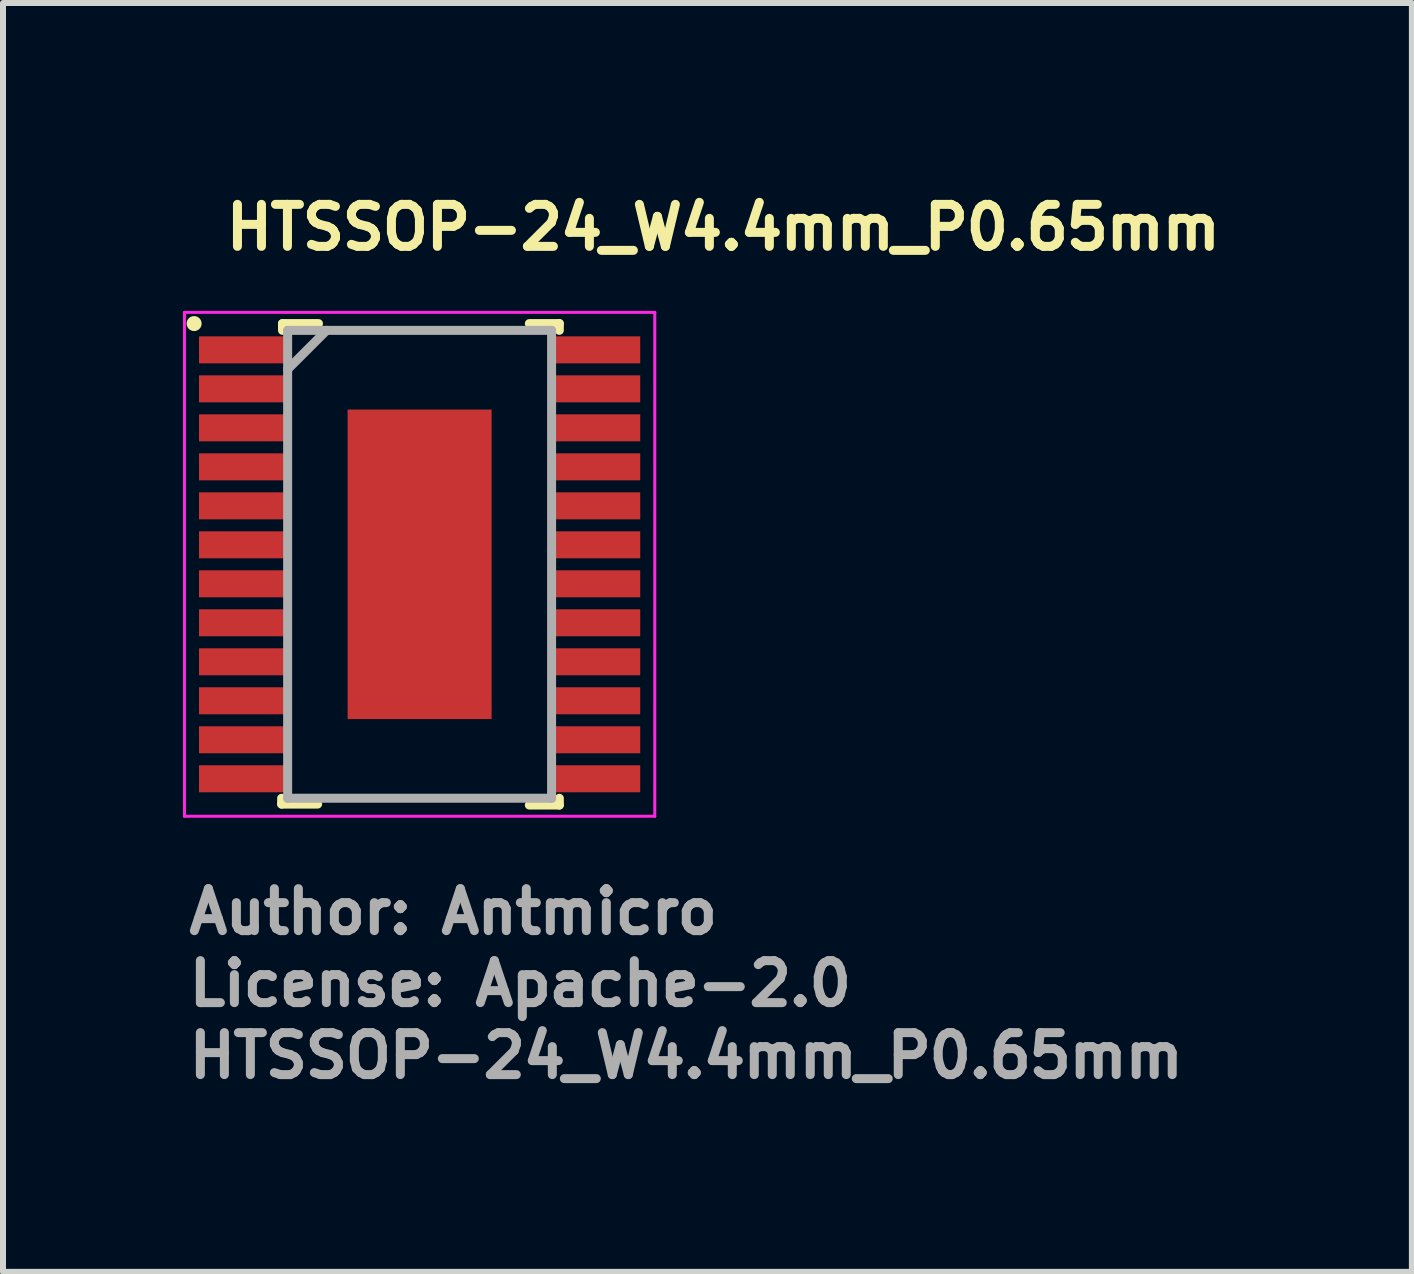
<source format=kicad_pcb>
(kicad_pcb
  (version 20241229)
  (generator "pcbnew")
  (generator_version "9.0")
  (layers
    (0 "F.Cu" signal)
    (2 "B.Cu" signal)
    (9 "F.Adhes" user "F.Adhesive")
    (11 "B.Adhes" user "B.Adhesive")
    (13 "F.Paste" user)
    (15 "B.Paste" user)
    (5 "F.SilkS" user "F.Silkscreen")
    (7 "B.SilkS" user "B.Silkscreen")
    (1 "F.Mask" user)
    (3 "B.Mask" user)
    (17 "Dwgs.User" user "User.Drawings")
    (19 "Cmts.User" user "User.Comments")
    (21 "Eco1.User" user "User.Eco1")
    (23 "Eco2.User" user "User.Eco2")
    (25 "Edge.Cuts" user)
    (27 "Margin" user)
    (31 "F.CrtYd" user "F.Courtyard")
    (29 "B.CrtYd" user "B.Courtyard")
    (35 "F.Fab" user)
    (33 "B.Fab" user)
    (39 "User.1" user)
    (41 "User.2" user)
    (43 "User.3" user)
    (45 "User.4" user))
  (footprint "HTSSOP-24_W4.4mm_P0.65mm"
    (layer "F.Cu")
    (at 3.945 6.357)
    (property "Reference" "HTSSOP-24_W4.4mm_P0.65mm" (at -3.302 -5.207 0) (layer "F.SilkS") (effects (font (size 0.7 0.7) (thickness 0.15)) (justify left bottom)))
    (attr smd)
    (fp_line (start -2.3 3.9) (end -2.3 3.997) (stroke (width 0.15) (type solid)) (layer "F.SilkS"))
    (fp_line (start -2.3 3.997) (end -1.7 3.997) (stroke (width 0.15) (type solid)) (layer "F.SilkS"))
    (fp_line (start -2.286 -4.013) (end -1.686 -4.013) (stroke (width 0.15) (type solid)) (layer "F.SilkS"))
    (fp_line (start -2.286 -3.9) (end -2.286 -4.013) (stroke (width 0.15) (type solid)) (layer "F.SilkS"))
    (fp_line (start 2.329 -4.013) (end 1.829 -4.013) (stroke (width 0.15) (type solid)) (layer "F.SilkS"))
    (fp_line (start 2.329 -3.9) (end 2.329 -4.013) (stroke (width 0.15) (type solid)) (layer "F.SilkS"))
    (fp_line (start 2.329 3.9) (end 2.329 4.013) (stroke (width 0.15) (type solid)) (layer "F.SilkS"))
    (fp_line (start 2.329 4.013) (end 1.829 4.013) (stroke (width 0.15) (type solid)) (layer "F.SilkS"))
    (fp_circle (center -3.759 -4.013) (end -3.709 -4.013) (stroke (width 0.15) (type solid)) (fill yes) (layer "F.SilkS"))
    (fp_line (start -3.92 -4.2) (end 3.92 -4.2) (stroke (width 0.05) (type solid)) (layer "F.CrtYd"))
    (fp_line (start -3.92 4.2) (end -3.92 -4.2) (stroke (width 0.05) (type solid)) (layer "F.CrtYd"))
    (fp_line (start 3.92 -4.2) (end 3.92 4.2) (stroke (width 0.05) (type solid)) (layer "F.CrtYd"))
    (fp_line (start 3.92 4.2) (end -3.92 4.2) (stroke (width 0.05) (type solid)) (layer "F.CrtYd"))
    (fp_line (start -2.2 -3.9) (end 2.2 -3.9) (stroke (width 0.15) (type solid)) (layer "F.Fab"))
    (fp_line (start -2.2 -3.25) (end -1.55 -3.9) (stroke (width 0.15) (type solid)) (layer "F.Fab"))
    (fp_line (start -2.2 3.9) (end -2.2 -3.9) (stroke (width 0.15) (type solid)) (layer "F.Fab"))
    (fp_line (start 2.2 -3.9) (end 2.2 3.9) (stroke (width 0.15) (type solid)) (layer "F.Fab"))
    (fp_line (start 2.2 3.9) (end -2.2 3.9) (stroke (width 0.15) (type solid)) (layer "F.Fab"))
    (fp_rect (start -3.21 -3.9) (end 3.21 3.9) (stroke (width 0.1) (type solid)) (fill no) (layer "User.5"))
    (fp_line (start -3.21 -3.697) (end -3.21 -3.452) (stroke (width 0.02) (type solid)) (layer "User.9"))
    (fp_line (start -3.21 -3.048) (end -3.21 -2.802) (stroke (width 0.02) (type solid)) (layer "User.9"))
    (fp_line (start -3.21 -2.398) (end -3.21 -2.152) (stroke (width 0.02) (type solid)) (layer "User.9"))
    (fp_line (start -3.21 -1.748) (end -3.21 -1.502) (stroke (width 0.02) (type solid)) (layer "User.9"))
    (fp_line (start -3.21 -1.098) (end -3.21 -0.852) (stroke (width 0.02) (type solid)) (layer "User.9"))
    (fp_line (start -3.21 -0.448) (end -3.21 -0.202) (stroke (width 0.02) (type solid)) (layer "User.9"))
    (fp_line (start -3.21 0.202) (end -3.21 0.448) (stroke (width 0.02) (type solid)) (layer "User.9"))
    (fp_line (start -3.21 0.852) (end -3.21 1.098) (stroke (width 0.02) (type solid)) (layer "User.9"))
    (fp_line (start -3.21 1.502) (end -3.21 1.748) (stroke (width 0.02) (type solid)) (layer "User.9"))
    (fp_line (start -3.21 2.152) (end -3.21 2.398) (stroke (width 0.02) (type solid)) (layer "User.9"))
    (fp_line (start -3.21 2.802) (end -3.21 3.048) (stroke (width 0.02) (type solid)) (layer "User.9"))
    (fp_line (start -3.21 3.452) (end -3.21 3.697) (stroke (width 0.02) (type solid)) (layer "User.9"))
    (fp_line (start -2.864 -3.697) (end -3.21 -3.697) (stroke (width 0.02) (type solid)) (layer "User.9"))
    (fp_line (start -2.864 -3.697) (end -2.717 -3.697) (stroke (width 0.02) (type solid)) (layer "User.9"))
    (fp_line (start -2.864 -3.452) (end -3.21 -3.452) (stroke (width 0.02) (type solid)) (layer "User.9"))
    (fp_line (start -2.864 -3.452) (end -2.717 -3.452) (stroke (width 0.02) (type solid)) (layer "User.9"))
    (fp_line (start -2.864 -3.048) (end -3.21 -3.048) (stroke (width 0.02) (type solid)) (layer "User.9"))
    (fp_line (start -2.864 -3.048) (end -2.717 -3.048) (stroke (width 0.02) (type solid)) (layer "User.9"))
    (fp_line (start -2.864 -2.802) (end -3.21 -2.802) (stroke (width 0.02) (type solid)) (layer "User.9"))
    (fp_line (start -2.864 -2.802) (end -2.717 -2.802) (stroke (width 0.02) (type solid)) (layer "User.9"))
    (fp_line (start -2.864 -2.398) (end -3.21 -2.398) (stroke (width 0.02) (type solid)) (layer "User.9"))
    (fp_line (start -2.864 -2.398) (end -2.717 -2.398) (stroke (width 0.02) (type solid)) (layer "User.9"))
    (fp_line (start -2.864 -2.152) (end -3.21 -2.152) (stroke (width 0.02) (type solid)) (layer "User.9"))
    (fp_line (start -2.864 -2.152) (end -2.717 -2.152) (stroke (width 0.02) (type solid)) (layer "User.9"))
    (fp_line (start -2.864 -1.748) (end -3.21 -1.748) (stroke (width 0.02) (type solid)) (layer "User.9"))
    (fp_line (start -2.864 -1.748) (end -2.717 -1.748) (stroke (width 0.02) (type solid)) (layer "User.9"))
    (fp_line (start -2.864 -1.502) (end -3.21 -1.502) (stroke (width 0.02) (type solid)) (layer "User.9"))
    (fp_line (start -2.864 -1.502) (end -2.717 -1.502) (stroke (width 0.02) (type solid)) (layer "User.9"))
    (fp_line (start -2.864 -1.098) (end -3.21 -1.098) (stroke (width 0.02) (type solid)) (layer "User.9"))
    (fp_line (start -2.864 -1.098) (end -2.717 -1.098) (stroke (width 0.02) (type solid)) (layer "User.9"))
    (fp_line (start -2.864 -0.852) (end -3.21 -0.852) (stroke (width 0.02) (type solid)) (layer "User.9"))
    (fp_line (start -2.864 -0.852) (end -2.717 -0.852) (stroke (width 0.02) (type solid)) (layer "User.9"))
    (fp_line (start -2.864 -0.448) (end -3.21 -0.448) (stroke (width 0.02) (type solid)) (layer "User.9"))
    (fp_line (start -2.864 -0.448) (end -2.717 -0.448) (stroke (width 0.02) (type solid)) (layer "User.9"))
    (fp_line (start -2.864 -0.202) (end -3.21 -0.202) (stroke (width 0.02) (type solid)) (layer "User.9"))
    (fp_line (start -2.864 -0.202) (end -2.717 -0.202) (stroke (width 0.02) (type solid)) (layer "User.9"))
    (fp_line (start -2.864 0.202) (end -3.21 0.202) (stroke (width 0.02) (type solid)) (layer "User.9"))
    (fp_line (start -2.864 0.202) (end -2.717 0.202) (stroke (width 0.02) (type solid)) (layer "User.9"))
    (fp_line (start -2.864 0.448) (end -3.21 0.448) (stroke (width 0.02) (type solid)) (layer "User.9"))
    (fp_line (start -2.864 0.448) (end -2.717 0.448) (stroke (width 0.02) (type solid)) (layer "User.9"))
    (fp_line (start -2.864 0.852) (end -3.21 0.852) (stroke (width 0.02) (type solid)) (layer "User.9"))
    (fp_line (start -2.864 0.852) (end -2.717 0.852) (stroke (width 0.02) (type solid)) (layer "User.9"))
    (fp_line (start -2.864 1.098) (end -3.21 1.098) (stroke (width 0.02) (type solid)) (layer "User.9"))
    (fp_line (start -2.864 1.098) (end -2.717 1.098) (stroke (width 0.02) (type solid)) (layer "User.9"))
    (fp_line (start -2.864 1.502) (end -3.21 1.502) (stroke (width 0.02) (type solid)) (layer "User.9"))
    (fp_line (start -2.864 1.502) (end -2.717 1.502) (stroke (width 0.02) (type solid)) (layer "User.9"))
    (fp_line (start -2.864 1.748) (end -3.21 1.748) (stroke (width 0.02) (type solid)) (layer "User.9"))
    (fp_line (start -2.864 1.748) (end -2.717 1.748) (stroke (width 0.02) (type solid)) (layer "User.9"))
    (fp_line (start -2.864 2.152) (end -3.21 2.152) (stroke (width 0.02) (type solid)) (layer "User.9"))
    (fp_line (start -2.864 2.152) (end -2.717 2.152) (stroke (width 0.02) (type solid)) (layer "User.9"))
    (fp_line (start -2.864 2.398) (end -3.21 2.398) (stroke (width 0.02) (type solid)) (layer "User.9"))
    (fp_line (start -2.864 2.398) (end -2.717 2.398) (stroke (width 0.02) (type solid)) (layer "User.9"))
    (fp_line (start -2.864 2.802) (end -3.21 2.802) (stroke (width 0.02) (type solid)) (layer "User.9"))
    (fp_line (start -2.864 2.802) (end -2.717 2.802) (stroke (width 0.02) (type solid)) (layer "User.9"))
    (fp_line (start -2.864 3.048) (end -3.21 3.048) (stroke (width 0.02) (type solid)) (layer "User.9"))
    (fp_line (start -2.864 3.048) (end -2.717 3.048) (stroke (width 0.02) (type solid)) (layer "User.9"))
    (fp_line (start -2.864 3.452) (end -3.21 3.452) (stroke (width 0.02) (type solid)) (layer "User.9"))
    (fp_line (start -2.864 3.452) (end -2.717 3.452) (stroke (width 0.02) (type solid)) (layer "User.9"))
    (fp_line (start -2.864 3.697) (end -3.21 3.697) (stroke (width 0.02) (type solid)) (layer "User.9"))
    (fp_line (start -2.864 3.697) (end -2.717 3.697) (stroke (width 0.02) (type solid)) (layer "User.9"))
    (fp_line (start -2.717 -3.697) (end -2.706 -3.697) (stroke (width 0.02) (type solid)) (layer "User.9"))
    (fp_line (start -2.717 -3.048) (end -2.706 -3.048) (stroke (width 0.02) (type solid)) (layer "User.9"))
    (fp_line (start -2.717 -2.398) (end -2.706 -2.398) (stroke (width 0.02) (type solid)) (layer "User.9"))
    (fp_line (start -2.717 -1.748) (end -2.706 -1.748) (stroke (width 0.02) (type solid)) (layer "User.9"))
    (fp_line (start -2.717 -1.098) (end -2.706 -1.098) (stroke (width 0.02) (type solid)) (layer "User.9"))
    (fp_line (start -2.717 -0.448) (end -2.706 -0.448) (stroke (width 0.02) (type solid)) (layer "User.9"))
    (fp_line (start -2.717 0.202) (end -2.706 0.202) (stroke (width 0.02) (type solid)) (layer "User.9"))
    (fp_line (start -2.717 0.852) (end -2.706 0.852) (stroke (width 0.02) (type solid)) (layer "User.9"))
    (fp_line (start -2.717 1.502) (end -2.706 1.502) (stroke (width 0.02) (type solid)) (layer "User.9"))
    (fp_line (start -2.717 2.152) (end -2.706 2.152) (stroke (width 0.02) (type solid)) (layer "User.9"))
    (fp_line (start -2.717 2.802) (end -2.706 2.802) (stroke (width 0.02) (type solid)) (layer "User.9"))
    (fp_line (start -2.717 3.452) (end -2.706 3.452) (stroke (width 0.02) (type solid)) (layer "User.9"))
    (fp_line (start -2.706 -3.697) (end -2.401 -3.697) (stroke (width 0.02) (type solid)) (layer "User.9"))
    (fp_line (start -2.706 -3.452) (end -2.717 -3.452) (stroke (width 0.02) (type solid)) (layer "User.9"))
    (fp_line (start -2.706 -3.452) (end -2.401 -3.452) (stroke (width 0.02) (type solid)) (layer "User.9"))
    (fp_line (start -2.706 -3.048) (end -2.401 -3.048) (stroke (width 0.02) (type solid)) (layer "User.9"))
    (fp_line (start -2.706 -2.802) (end -2.717 -2.802) (stroke (width 0.02) (type solid)) (layer "User.9"))
    (fp_line (start -2.706 -2.802) (end -2.401 -2.802) (stroke (width 0.02) (type solid)) (layer "User.9"))
    (fp_line (start -2.706 -2.398) (end -2.401 -2.398) (stroke (width 0.02) (type solid)) (layer "User.9"))
    (fp_line (start -2.706 -2.152) (end -2.717 -2.152) (stroke (width 0.02) (type solid)) (layer "User.9"))
    (fp_line (start -2.706 -2.152) (end -2.401 -2.152) (stroke (width 0.02) (type solid)) (layer "User.9"))
    (fp_line (start -2.706 -1.748) (end -2.401 -1.748) (stroke (width 0.02) (type solid)) (layer "User.9"))
    (fp_line (start -2.706 -1.502) (end -2.717 -1.502) (stroke (width 0.02) (type solid)) (layer "User.9"))
    (fp_line (start -2.706 -1.502) (end -2.401 -1.502) (stroke (width 0.02) (type solid)) (layer "User.9"))
    (fp_line (start -2.706 -1.098) (end -2.401 -1.098) (stroke (width 0.02) (type solid)) (layer "User.9"))
    (fp_line (start -2.706 -0.852) (end -2.717 -0.852) (stroke (width 0.02) (type solid)) (layer "User.9"))
    (fp_line (start -2.706 -0.852) (end -2.401 -0.852) (stroke (width 0.02) (type solid)) (layer "User.9"))
    (fp_line (start -2.706 -0.448) (end -2.401 -0.448) (stroke (width 0.02) (type solid)) (layer "User.9"))
    (fp_line (start -2.706 -0.202) (end -2.717 -0.202) (stroke (width 0.02) (type solid)) (layer "User.9"))
    (fp_line (start -2.706 -0.202) (end -2.401 -0.202) (stroke (width 0.02) (type solid)) (layer "User.9"))
    (fp_line (start -2.706 0.202) (end -2.401 0.202) (stroke (width 0.02) (type solid)) (layer "User.9"))
    (fp_line (start -2.706 0.448) (end -2.717 0.448) (stroke (width 0.02) (type solid)) (layer "User.9"))
    (fp_line (start -2.706 0.448) (end -2.401 0.448) (stroke (width 0.02) (type solid)) (layer "User.9"))
    (fp_line (start -2.706 0.852) (end -2.401 0.852) (stroke (width 0.02) (type solid)) (layer "User.9"))
    (fp_line (start -2.706 1.098) (end -2.717 1.098) (stroke (width 0.02) (type solid)) (layer "User.9"))
    (fp_line (start -2.706 1.098) (end -2.401 1.098) (stroke (width 0.02) (type solid)) (layer "User.9"))
    (fp_line (start -2.706 1.502) (end -2.401 1.502) (stroke (width 0.02) (type solid)) (layer "User.9"))
    (fp_line (start -2.706 1.748) (end -2.717 1.748) (stroke (width 0.02) (type solid)) (layer "User.9"))
    (fp_line (start -2.706 1.748) (end -2.401 1.748) (stroke (width 0.02) (type solid)) (layer "User.9"))
    (fp_line (start -2.706 2.152) (end -2.401 2.152) (stroke (width 0.02) (type solid)) (layer "User.9"))
    (fp_line (start -2.706 2.398) (end -2.717 2.398) (stroke (width 0.02) (type solid)) (layer "User.9"))
    (fp_line (start -2.706 2.398) (end -2.401 2.398) (stroke (width 0.02) (type solid)) (layer "User.9"))
    (fp_line (start -2.706 2.802) (end -2.401 2.802) (stroke (width 0.02) (type solid)) (layer "User.9"))
    (fp_line (start -2.706 3.048) (end -2.717 3.048) (stroke (width 0.02) (type solid)) (layer "User.9"))
    (fp_line (start -2.706 3.048) (end -2.401 3.048) (stroke (width 0.02) (type solid)) (layer "User.9"))
    (fp_line (start -2.706 3.452) (end -2.401 3.452) (stroke (width 0.02) (type solid)) (layer "User.9"))
    (fp_line (start -2.706 3.697) (end -2.717 3.697) (stroke (width 0.02) (type solid)) (layer "User.9"))
    (fp_line (start -2.706 3.697) (end -2.401 3.697) (stroke (width 0.02) (type solid)) (layer "User.9"))
    (fp_line (start -2.2 -3.811) (end -2.2 -3.807) (stroke (width 0.02) (type solid)) (layer "User.9"))
    (fp_line (start -2.2 -3.811) (end -2.199 -3.816) (stroke (width 0.02) (type solid)) (layer "User.9"))
    (fp_line (start -2.2 -3.807) (end -2.2 -3.811) (stroke (width 0.02) (type solid)) (layer "User.9"))
    (fp_line (start -2.2 -3.807) (end -2.2 -3.802) (stroke (width 0.02) (type solid)) (layer "User.9"))
    (fp_line (start -2.2 -3.802) (end -2.2 -3.807) (stroke (width 0.02) (type solid)) (layer "User.9"))
    (fp_line (start -2.2 -3.8) (end -2.2 -3.802) (stroke (width 0.02) (type solid)) (layer "User.9"))
    (fp_line (start -2.2 -3.697) (end -2.401 -3.697) (stroke (width 0.02) (type solid)) (layer "User.9"))
    (fp_line (start -2.2 -3.697) (end -2.2 -3.452) (stroke (width 0.02) (type solid)) (layer "User.9"))
    (fp_line (start -2.2 -3.452) (end -2.401 -3.452) (stroke (width 0.02) (type solid)) (layer "User.9"))
    (fp_line (start -2.2 -3.048) (end -2.401 -3.048) (stroke (width 0.02) (type solid)) (layer "User.9"))
    (fp_line (start -2.2 -3.048) (end -2.2 -2.802) (stroke (width 0.02) (type solid)) (layer "User.9"))
    (fp_line (start -2.2 -2.802) (end -2.401 -2.802) (stroke (width 0.02) (type solid)) (layer "User.9"))
    (fp_line (start -2.2 -2.398) (end -2.401 -2.398) (stroke (width 0.02) (type solid)) (layer "User.9"))
    (fp_line (start -2.2 -2.398) (end -2.2 -2.152) (stroke (width 0.02) (type solid)) (layer "User.9"))
    (fp_line (start -2.2 -2.152) (end -2.401 -2.152) (stroke (width 0.02) (type solid)) (layer "User.9"))
    (fp_line (start -2.2 -1.748) (end -2.401 -1.748) (stroke (width 0.02) (type solid)) (layer "User.9"))
    (fp_line (start -2.2 -1.748) (end -2.2 -1.502) (stroke (width 0.02) (type solid)) (layer "User.9"))
    (fp_line (start -2.2 -1.502) (end -2.401 -1.502) (stroke (width 0.02) (type solid)) (layer "User.9"))
    (fp_line (start -2.2 -1.098) (end -2.401 -1.098) (stroke (width 0.02) (type solid)) (layer "User.9"))
    (fp_line (start -2.2 -1.098) (end -2.2 -0.852) (stroke (width 0.02) (type solid)) (layer "User.9"))
    (fp_line (start -2.2 -0.852) (end -2.401 -0.852) (stroke (width 0.02) (type solid)) (layer "User.9"))
    (fp_line (start -2.2 -0.448) (end -2.401 -0.448) (stroke (width 0.02) (type solid)) (layer "User.9"))
    (fp_line (start -2.2 -0.448) (end -2.2 -0.202) (stroke (width 0.02) (type solid)) (layer "User.9"))
    (fp_line (start -2.2 -0.202) (end -2.401 -0.202) (stroke (width 0.02) (type solid)) (layer "User.9"))
    (fp_line (start -2.2 0.202) (end -2.401 0.202) (stroke (width 0.02) (type solid)) (layer "User.9"))
    (fp_line (start -2.2 0.202) (end -2.2 0.448) (stroke (width 0.02) (type solid)) (layer "User.9"))
    (fp_line (start -2.2 0.448) (end -2.401 0.448) (stroke (width 0.02) (type solid)) (layer "User.9"))
    (fp_line (start -2.2 0.852) (end -2.401 0.852) (stroke (width 0.02) (type solid)) (layer "User.9"))
    (fp_line (start -2.2 0.852) (end -2.2 1.098) (stroke (width 0.02) (type solid)) (layer "User.9"))
    (fp_line (start -2.2 1.098) (end -2.401 1.098) (stroke (width 0.02) (type solid)) (layer "User.9"))
    (fp_line (start -2.2 1.502) (end -2.401 1.502) (stroke (width 0.02) (type solid)) (layer "User.9"))
    (fp_line (start -2.2 1.502) (end -2.2 1.748) (stroke (width 0.02) (type solid)) (layer "User.9"))
    (fp_line (start -2.2 1.748) (end -2.401 1.748) (stroke (width 0.02) (type solid)) (layer "User.9"))
    (fp_line (start -2.2 2.152) (end -2.401 2.152) (stroke (width 0.02) (type solid)) (layer "User.9"))
    (fp_line (start -2.2 2.152) (end -2.2 2.398) (stroke (width 0.02) (type solid)) (layer "User.9"))
    (fp_line (start -2.2 2.398) (end -2.401 2.398) (stroke (width 0.02) (type solid)) (layer "User.9"))
    (fp_line (start -2.2 2.802) (end -2.401 2.802) (stroke (width 0.02) (type solid)) (layer "User.9"))
    (fp_line (start -2.2 2.802) (end -2.2 3.048) (stroke (width 0.02) (type solid)) (layer "User.9"))
    (fp_line (start -2.2 3.048) (end -2.401 3.048) (stroke (width 0.02) (type solid)) (layer "User.9"))
    (fp_line (start -2.2 3.452) (end -2.401 3.452) (stroke (width 0.02) (type solid)) (layer "User.9"))
    (fp_line (start -2.2 3.452) (end -2.2 3.697) (stroke (width 0.02) (type solid)) (layer "User.9"))
    (fp_line (start -2.2 3.697) (end -2.401 3.697) (stroke (width 0.02) (type solid)) (layer "User.9"))
    (fp_line (start -2.2 3.8) (end -2.2 -3.8) (stroke (width 0.02) (type solid)) (layer "User.9"))
    (fp_line (start -2.2 3.802) (end -2.2 3.8) (stroke (width 0.02) (type solid)) (layer "User.9"))
    (fp_line (start -2.2 3.802) (end -2.2 3.807) (stroke (width 0.02) (type solid)) (layer "User.9"))
    (fp_line (start -2.2 3.807) (end -2.2 3.802) (stroke (width 0.02) (type solid)) (layer "User.9"))
    (fp_line (start -2.2 3.807) (end -2.2 3.811) (stroke (width 0.02) (type solid)) (layer "User.9"))
    (fp_line (start -2.2 3.811) (end -2.2 3.807) (stroke (width 0.02) (type solid)) (layer "User.9"))
    (fp_line (start -2.2 3.811) (end -2.199 3.816) (stroke (width 0.02) (type solid)) (layer "User.9"))
    (fp_line (start -2.199 -3.816) (end -2.2 -3.811) (stroke (width 0.02) (type solid)) (layer "User.9"))
    (fp_line (start -2.199 -3.816) (end -2.198 -3.821) (stroke (width 0.02) (type solid)) (layer "User.9"))
    (fp_line (start -2.199 3.816) (end -2.2 3.811) (stroke (width 0.02) (type solid)) (layer "User.9"))
    (fp_line (start -2.199 3.816) (end -2.198 3.821) (stroke (width 0.02) (type solid)) (layer "User.9"))
    (fp_line (start -2.198 -3.821) (end -2.199 -3.816) (stroke (width 0.02) (type solid)) (layer "User.9"))
    (fp_line (start -2.198 -3.821) (end -2.197 -3.826) (stroke (width 0.02) (type solid)) (layer "User.9"))
    (fp_line (start -2.198 3.821) (end -2.199 3.816) (stroke (width 0.02) (type solid)) (layer "User.9"))
    (fp_line (start -2.198 3.821) (end -2.197 3.826) (stroke (width 0.02) (type solid)) (layer "User.9"))
    (fp_line (start -2.197 -3.826) (end -2.198 -3.821) (stroke (width 0.02) (type solid)) (layer "User.9"))
    (fp_line (start -2.197 -3.826) (end -2.196 -3.831) (stroke (width 0.02) (type solid)) (layer "User.9"))
    (fp_line (start -2.197 3.826) (end -2.198 3.821) (stroke (width 0.02) (type solid)) (layer "User.9"))
    (fp_line (start -2.197 3.826) (end -2.196 3.831) (stroke (width 0.02) (type solid)) (layer "User.9"))
    (fp_line (start -2.196 -3.831) (end -2.197 -3.826) (stroke (width 0.02) (type solid)) (layer "User.9"))
    (fp_line (start -2.196 -3.831) (end -2.194 -3.835) (stroke (width 0.02) (type solid)) (layer "User.9"))
    (fp_line (start -2.196 3.831) (end -2.197 3.826) (stroke (width 0.02) (type solid)) (layer "User.9"))
    (fp_line (start -2.196 3.831) (end -2.194 3.835) (stroke (width 0.02) (type solid)) (layer "User.9"))
    (fp_line (start -2.194 -3.835) (end -2.196 -3.831) (stroke (width 0.02) (type solid)) (layer "User.9"))
    (fp_line (start -2.194 -3.835) (end -2.193 -3.84) (stroke (width 0.02) (type solid)) (layer "User.9"))
    (fp_line (start -2.194 3.835) (end -2.196 3.831) (stroke (width 0.02) (type solid)) (layer "User.9"))
    (fp_line (start -2.194 3.835) (end -2.193 3.84) (stroke (width 0.02) (type solid)) (layer "User.9"))
    (fp_line (start -2.193 -3.84) (end -2.194 -3.835) (stroke (width 0.02) (type solid)) (layer "User.9"))
    (fp_line (start -2.193 -3.84) (end -2.191 -3.844) (stroke (width 0.02) (type solid)) (layer "User.9"))
    (fp_line (start -2.193 3.84) (end -2.194 3.835) (stroke (width 0.02) (type solid)) (layer "User.9"))
    (fp_line (start -2.193 3.84) (end -2.191 3.844) (stroke (width 0.02) (type solid)) (layer "User.9"))
    (fp_line (start -2.191 -3.844) (end -2.193 -3.84) (stroke (width 0.02) (type solid)) (layer "User.9"))
    (fp_line (start -2.191 -3.844) (end -2.188 -3.848) (stroke (width 0.02) (type solid)) (layer "User.9"))
    (fp_line (start -2.191 3.844) (end -2.193 3.84) (stroke (width 0.02) (type solid)) (layer "User.9"))
    (fp_line (start -2.191 3.844) (end -2.188 3.848) (stroke (width 0.02) (type solid)) (layer "User.9"))
    (fp_line (start -2.188 -3.848) (end -2.191 -3.844) (stroke (width 0.02) (type solid)) (layer "User.9"))
    (fp_line (start -2.188 -3.848) (end -2.186 -3.852) (stroke (width 0.02) (type solid)) (layer "User.9"))
    (fp_line (start -2.188 3.848) (end -2.191 3.844) (stroke (width 0.02) (type solid)) (layer "User.9"))
    (fp_line (start -2.188 3.848) (end -2.186 3.852) (stroke (width 0.02) (type solid)) (layer "User.9"))
    (fp_line (start -2.186 -3.852) (end -2.188 -3.848) (stroke (width 0.02) (type solid)) (layer "User.9"))
    (fp_line (start -2.186 -3.852) (end -2.183 -3.856) (stroke (width 0.02) (type solid)) (layer "User.9"))
    (fp_line (start -2.186 3.852) (end -2.188 3.848) (stroke (width 0.02) (type solid)) (layer "User.9"))
    (fp_line (start -2.186 3.852) (end -2.183 3.856) (stroke (width 0.02) (type solid)) (layer "User.9"))
    (fp_line (start -2.183 -3.856) (end -2.186 -3.852) (stroke (width 0.02) (type solid)) (layer "User.9"))
    (fp_line (start -2.183 -3.856) (end -2.181 -3.86) (stroke (width 0.02) (type solid)) (layer "User.9"))
    (fp_line (start -2.183 3.856) (end -2.186 3.852) (stroke (width 0.02) (type solid)) (layer "User.9"))
    (fp_line (start -2.183 3.856) (end -2.181 3.86) (stroke (width 0.02) (type solid)) (layer "User.9"))
    (fp_line (start -2.181 -3.86) (end -2.183 -3.856) (stroke (width 0.02) (type solid)) (layer "User.9"))
    (fp_line (start -2.181 -3.86) (end -2.178 -3.864) (stroke (width 0.02) (type solid)) (layer "User.9"))
    (fp_line (start -2.181 3.86) (end -2.183 3.856) (stroke (width 0.02) (type solid)) (layer "User.9"))
    (fp_line (start -2.181 3.86) (end -2.178 3.864) (stroke (width 0.02) (type solid)) (layer "User.9"))
    (fp_line (start -2.178 -3.864) (end -2.181 -3.86) (stroke (width 0.02) (type solid)) (layer "User.9"))
    (fp_line (start -2.178 -3.864) (end -2.175 -3.868) (stroke (width 0.02) (type solid)) (layer "User.9"))
    (fp_line (start -2.178 3.864) (end -2.181 3.86) (stroke (width 0.02) (type solid)) (layer "User.9"))
    (fp_line (start -2.178 3.864) (end -2.175 3.868) (stroke (width 0.02) (type solid)) (layer "User.9"))
    (fp_line (start -2.175 -3.868) (end -2.178 -3.864) (stroke (width 0.02) (type solid)) (layer "User.9"))
    (fp_line (start -2.175 -3.868) (end -2.171 -3.871) (stroke (width 0.02) (type solid)) (layer "User.9"))
    (fp_line (start -2.175 3.868) (end -2.178 3.864) (stroke (width 0.02) (type solid)) (layer "User.9"))
    (fp_line (start -2.175 3.868) (end -2.171 3.871) (stroke (width 0.02) (type solid)) (layer "User.9"))
    (fp_line (start -2.171 -3.871) (end -2.175 -3.868) (stroke (width 0.02) (type solid)) (layer "User.9"))
    (fp_line (start -2.171 -3.871) (end -2.168 -3.875) (stroke (width 0.02) (type solid)) (layer "User.9"))
    (fp_line (start -2.171 3.871) (end -2.175 3.868) (stroke (width 0.02) (type solid)) (layer "User.9"))
    (fp_line (start -2.171 3.871) (end -2.168 3.875) (stroke (width 0.02) (type solid)) (layer "User.9"))
    (fp_line (start -2.168 -3.875) (end -2.171 -3.871) (stroke (width 0.02) (type solid)) (layer "User.9"))
    (fp_line (start -2.168 -3.875) (end -2.164 -3.878) (stroke (width 0.02) (type solid)) (layer "User.9"))
    (fp_line (start -2.168 3.875) (end -2.171 3.871) (stroke (width 0.02) (type solid)) (layer "User.9"))
    (fp_line (start -2.168 3.875) (end -2.164 3.878) (stroke (width 0.02) (type solid)) (layer "User.9"))
    (fp_line (start -2.164 -3.878) (end -2.168 -3.875) (stroke (width 0.02) (type solid)) (layer "User.9"))
    (fp_line (start -2.164 -3.878) (end -2.16 -3.881) (stroke (width 0.02) (type solid)) (layer "User.9"))
    (fp_line (start -2.164 3.878) (end -2.168 3.875) (stroke (width 0.02) (type solid)) (layer "User.9"))
    (fp_line (start -2.164 3.878) (end -2.16 3.881) (stroke (width 0.02) (type solid)) (layer "User.9"))
    (fp_line (start -2.16 -3.881) (end -2.164 -3.878) (stroke (width 0.02) (type solid)) (layer "User.9"))
    (fp_line (start -2.16 -3.881) (end -2.156 -3.883) (stroke (width 0.02) (type solid)) (layer "User.9"))
    (fp_line (start -2.16 3.881) (end -2.164 3.878) (stroke (width 0.02) (type solid)) (layer "User.9"))
    (fp_line (start -2.16 3.881) (end -2.156 3.883) (stroke (width 0.02) (type solid)) (layer "User.9"))
    (fp_line (start -2.156 -3.883) (end -2.16 -3.881) (stroke (width 0.02) (type solid)) (layer "User.9"))
    (fp_line (start -2.156 -3.883) (end -2.152 -3.886) (stroke (width 0.02) (type solid)) (layer "User.9"))
    (fp_line (start -2.156 3.883) (end -2.16 3.881) (stroke (width 0.02) (type solid)) (layer "User.9"))
    (fp_line (start -2.156 3.883) (end -2.152 3.886) (stroke (width 0.02) (type solid)) (layer "User.9"))
    (fp_line (start -2.152 -3.886) (end -2.156 -3.883) (stroke (width 0.02) (type solid)) (layer "User.9"))
    (fp_line (start -2.152 -3.886) (end -2.148 -3.888) (stroke (width 0.02) (type solid)) (layer "User.9"))
    (fp_line (start -2.152 3.886) (end -2.156 3.883) (stroke (width 0.02) (type solid)) (layer "User.9"))
    (fp_line (start -2.152 3.886) (end -2.148 3.888) (stroke (width 0.02) (type solid)) (layer "User.9"))
    (fp_line (start -2.148 -3.888) (end -2.152 -3.886) (stroke (width 0.02) (type solid)) (layer "User.9"))
    (fp_line (start -2.148 -3.888) (end -2.144 -3.891) (stroke (width 0.02) (type solid)) (layer "User.9"))
    (fp_line (start -2.148 -3.76) (end -2.147 -3.765) (stroke (width 0.02) (type solid)) (layer "User.9"))
    (fp_line (start -2.148 -3.755) (end -2.148 -3.76) (stroke (width 0.02) (type solid)) (layer "User.9"))
    (fp_line (start -2.148 -3.75) (end -2.148 -3.755) (stroke (width 0.02) (type solid)) (layer "User.9"))
    (fp_line (start -2.148 3.75) (end -2.05 3.75) (stroke (width 0.02) (type solid)) (layer "User.9"))
    (fp_line (start -2.148 3.755) (end -2.148 3.75) (stroke (width 0.02) (type solid)) (layer "User.9"))
    (fp_line (start -2.148 3.76) (end -2.148 3.755) (stroke (width 0.02) (type solid)) (layer "User.9"))
    (fp_line (start -2.148 3.888) (end -2.152 3.886) (stroke (width 0.02) (type solid)) (layer "User.9"))
    (fp_line (start -2.148 3.888) (end -2.144 3.891) (stroke (width 0.02) (type solid)) (layer "User.9"))
    (fp_line (start -2.147 -3.765) (end -2.146 -3.769) (stroke (width 0.02) (type solid)) (layer "User.9"))
    (fp_line (start -2.147 3.765) (end -2.148 3.76) (stroke (width 0.02) (type solid)) (layer "User.9"))
    (fp_line (start -2.146 -3.769) (end -2.145 -3.774) (stroke (width 0.02) (type solid)) (layer "User.9"))
    (fp_line (start -2.146 3.769) (end -2.147 3.765) (stroke (width 0.02) (type solid)) (layer "User.9"))
    (fp_line (start -2.145 -3.774) (end -2.143 -3.779) (stroke (width 0.02) (type solid)) (layer "User.9"))
    (fp_line (start -2.145 3.774) (end -2.146 3.769) (stroke (width 0.02) (type solid)) (layer "User.9"))
    (fp_line (start -2.144 -3.891) (end -2.148 -3.888) (stroke (width 0.02) (type solid)) (layer "User.9"))
    (fp_line (start -2.144 -3.891) (end -2.14 -3.893) (stroke (width 0.02) (type solid)) (layer "User.9"))
    (fp_line (start -2.144 3.891) (end -2.148 3.888) (stroke (width 0.02) (type solid)) (layer "User.9"))
    (fp_line (start -2.144 3.891) (end -2.14 3.893) (stroke (width 0.02) (type solid)) (layer "User.9"))
    (fp_line (start -2.143 -3.779) (end -2.142 -3.783) (stroke (width 0.02) (type solid)) (layer "User.9"))
    (fp_line (start -2.143 3.779) (end -2.145 3.774) (stroke (width 0.02) (type solid)) (layer "User.9"))
    (fp_line (start -2.142 -3.783) (end -2.14 -3.788) (stroke (width 0.02) (type solid)) (layer "User.9"))
    (fp_line (start -2.142 3.783) (end -2.143 3.779) (stroke (width 0.02) (type solid)) (layer "User.9"))
    (fp_line (start -2.14 -3.893) (end -2.144 -3.891) (stroke (width 0.02) (type solid)) (layer "User.9"))
    (fp_line (start -2.14 -3.893) (end -2.135 -3.894) (stroke (width 0.02) (type solid)) (layer "User.9"))
    (fp_line (start -2.14 -3.788) (end -2.138 -3.792) (stroke (width 0.02) (type solid)) (layer "User.9"))
    (fp_line (start -2.14 3.788) (end -2.142 3.783) (stroke (width 0.02) (type solid)) (layer "User.9"))
    (fp_line (start -2.14 3.893) (end -2.144 3.891) (stroke (width 0.02) (type solid)) (layer "User.9"))
    (fp_line (start -2.14 3.893) (end -2.135 3.894) (stroke (width 0.02) (type solid)) (layer "User.9"))
    (fp_line (start -2.138 -3.792) (end -2.136 -3.796) (stroke (width 0.02) (type solid)) (layer "User.9"))
    (fp_line (start -2.138 3.792) (end -2.14 3.788) (stroke (width 0.02) (type solid)) (layer "User.9"))
    (fp_line (start -2.136 -3.796) (end -2.133 -3.8) (stroke (width 0.02) (type solid)) (layer "User.9"))
    (fp_line (start -2.136 3.796) (end -2.138 3.792) (stroke (width 0.02) (type solid)) (layer "User.9"))
    (fp_line (start -2.135 -3.894) (end -2.14 -3.893) (stroke (width 0.02) (type solid)) (layer "User.9"))
    (fp_line (start -2.135 -3.894) (end -2.131 -3.896) (stroke (width 0.02) (type solid)) (layer "User.9"))
    (fp_line (start -2.135 3.894) (end -2.14 3.893) (stroke (width 0.02) (type solid)) (layer "User.9"))
    (fp_line (start -2.135 3.894) (end -2.131 3.896) (stroke (width 0.02) (type solid)) (layer "User.9"))
    (fp_line (start -2.133 -3.8) (end -2.131 -3.804) (stroke (width 0.02) (type solid)) (layer "User.9"))
    (fp_line (start -2.133 3.8) (end -2.136 3.796) (stroke (width 0.02) (type solid)) (layer "User.9"))
    (fp_line (start -2.131 -3.896) (end -2.135 -3.894) (stroke (width 0.02) (type solid)) (layer "User.9"))
    (fp_line (start -2.131 -3.896) (end -2.126 -3.897) (stroke (width 0.02) (type solid)) (layer "User.9"))
    (fp_line (start -2.131 -3.804) (end -2.128 -3.808) (stroke (width 0.02) (type solid)) (layer "User.9"))
    (fp_line (start -2.131 3.804) (end -2.133 3.8) (stroke (width 0.02) (type solid)) (layer "User.9"))
    (fp_line (start -2.131 3.896) (end -2.135 3.894) (stroke (width 0.02) (type solid)) (layer "User.9"))
    (fp_line (start -2.131 3.896) (end -2.126 3.897) (stroke (width 0.02) (type solid)) (layer "User.9"))
    (fp_line (start -2.128 -3.808) (end -2.125 -3.812) (stroke (width 0.02) (type solid)) (layer "User.9"))
    (fp_line (start -2.128 3.808) (end -2.131 3.804) (stroke (width 0.02) (type solid)) (layer "User.9"))
    (fp_line (start -2.126 -3.897) (end -2.131 -3.896) (stroke (width 0.02) (type solid)) (layer "User.9"))
    (fp_line (start -2.126 -3.897) (end -2.121 -3.898) (stroke (width 0.02) (type solid)) (layer "User.9"))
    (fp_line (start -2.126 3.897) (end -2.131 3.896) (stroke (width 0.02) (type solid)) (layer "User.9"))
    (fp_line (start -2.126 3.897) (end -2.121 3.898) (stroke (width 0.02) (type solid)) (layer "User.9"))
    (fp_line (start -2.125 -3.812) (end -2.122 -3.815) (stroke (width 0.02) (type solid)) (layer "User.9"))
    (fp_line (start -2.125 3.812) (end -2.128 3.808) (stroke (width 0.02) (type solid)) (layer "User.9"))
    (fp_line (start -2.122 -3.815) (end -2.119 -3.819) (stroke (width 0.02) (type solid)) (layer "User.9"))
    (fp_line (start -2.122 3.815) (end -2.125 3.812) (stroke (width 0.02) (type solid)) (layer "User.9"))
    (fp_line (start -2.121 -3.898) (end -2.126 -3.897) (stroke (width 0.02) (type solid)) (layer "User.9"))
    (fp_line (start -2.121 -3.898) (end -2.116 -3.899) (stroke (width 0.02) (type solid)) (layer "User.9"))
    (fp_line (start -2.121 3.898) (end -2.126 3.897) (stroke (width 0.02) (type solid)) (layer "User.9"))
    (fp_line (start -2.121 3.898) (end -2.116 3.899) (stroke (width 0.02) (type solid)) (layer "User.9"))
    (fp_line (start -2.119 -3.819) (end -2.115 -3.822) (stroke (width 0.02) (type solid)) (layer "User.9"))
    (fp_line (start -2.119 3.819) (end -2.122 3.815) (stroke (width 0.02) (type solid)) (layer "User.9"))
    (fp_line (start -2.116 -3.899) (end -2.121 -3.898) (stroke (width 0.02) (type solid)) (layer "User.9"))
    (fp_line (start -2.116 -3.899) (end -2.111 -3.9) (stroke (width 0.02) (type solid)) (layer "User.9"))
    (fp_line (start -2.116 3.899) (end -2.121 3.898) (stroke (width 0.02) (type solid)) (layer "User.9"))
    (fp_line (start -2.116 3.899) (end -2.111 3.9) (stroke (width 0.02) (type solid)) (layer "User.9"))
    (fp_line (start -2.115 -3.822) (end -2.112 -3.825) (stroke (width 0.02) (type solid)) (layer "User.9"))
    (fp_line (start -2.115 3.822) (end -2.119 3.819) (stroke (width 0.02) (type solid)) (layer "User.9"))
    (fp_line (start -2.112 -3.825) (end -2.108 -3.828) (stroke (width 0.02) (type solid)) (layer "User.9"))
    (fp_line (start -2.112 3.825) (end -2.115 3.822) (stroke (width 0.02) (type solid)) (layer "User.9"))
    (fp_line (start -2.111 -3.9) (end -2.116 -3.899) (stroke (width 0.02) (type solid)) (layer "User.9"))
    (fp_line (start -2.111 -3.9) (end -2.107 -3.9) (stroke (width 0.02) (type solid)) (layer "User.9"))
    (fp_line (start -2.111 3.9) (end -2.116 3.899) (stroke (width 0.02) (type solid)) (layer "User.9"))
    (fp_line (start -2.111 3.9) (end -2.107 3.9) (stroke (width 0.02) (type solid)) (layer "User.9"))
    (fp_line (start -2.108 -3.828) (end -2.104 -3.831) (stroke (width 0.02) (type solid)) (layer "User.9"))
    (fp_line (start -2.108 3.828) (end -2.112 3.825) (stroke (width 0.02) (type solid)) (layer "User.9"))
    (fp_line (start -2.107 -3.9) (end -2.111 -3.9) (stroke (width 0.02) (type solid)) (layer "User.9"))
    (fp_line (start -2.107 -3.9) (end -2.102 -3.9) (stroke (width 0.02) (type solid)) (layer "User.9"))
    (fp_line (start -2.107 3.9) (end -2.111 3.9) (stroke (width 0.02) (type solid)) (layer "User.9"))
    (fp_line (start -2.107 3.9) (end -2.102 3.9) (stroke (width 0.02) (type solid)) (layer "User.9"))
    (fp_line (start -2.104 -3.831) (end -2.1 -3.833) (stroke (width 0.02) (type solid)) (layer "User.9"))
    (fp_line (start -2.104 3.831) (end -2.108 3.828) (stroke (width 0.02) (type solid)) (layer "User.9"))
    (fp_line (start -2.102 -3.9) (end -2.107 -3.9) (stroke (width 0.02) (type solid)) (layer "User.9"))
    (fp_line (start -2.102 -3.9) (end -2.1 -3.9) (stroke (width 0.02) (type solid)) (layer "User.9"))
    (fp_line (start -2.102 3.9) (end -2.107 3.9) (stroke (width 0.02) (type solid)) (layer "User.9"))
    (fp_line (start -2.1 -3.833) (end -2.096 -3.836) (stroke (width 0.02) (type solid)) (layer "User.9"))
    (fp_line (start -2.1 3.833) (end -2.104 3.831) (stroke (width 0.02) (type solid)) (layer "User.9"))
    (fp_line (start -2.1 3.9) (end -2.102 3.9) (stroke (width 0.02) (type solid)) (layer "User.9"))
    (fp_line (start -2.096 -3.836) (end -2.092 -3.838) (stroke (width 0.02) (type solid)) (layer "User.9"))
    (fp_line (start -2.096 3.836) (end -2.1 3.833) (stroke (width 0.02) (type solid)) (layer "User.9"))
    (fp_line (start -2.092 -3.838) (end -2.088 -3.84) (stroke (width 0.02) (type solid)) (layer "User.9"))
    (fp_line (start -2.092 3.838) (end -2.096 3.836) (stroke (width 0.02) (type solid)) (layer "User.9"))
    (fp_line (start -2.088 -3.84) (end -2.083 -3.842) (stroke (width 0.02) (type solid)) (layer "User.9"))
    (fp_line (start -2.088 3.84) (end -2.092 3.838) (stroke (width 0.02) (type solid)) (layer "User.9"))
    (fp_line (start -2.083 -3.842) (end -2.079 -3.843) (stroke (width 0.02) (type solid)) (layer "User.9"))
    (fp_line (start -2.083 3.842) (end -2.088 3.84) (stroke (width 0.02) (type solid)) (layer "User.9"))
    (fp_line (start -2.079 -3.843) (end -2.074 -3.845) (stroke (width 0.02) (type solid)) (layer "User.9"))
    (fp_line (start -2.079 3.843) (end -2.083 3.842) (stroke (width 0.02) (type solid)) (layer "User.9"))
    (fp_line (start -2.074 -3.845) (end -2.069 -3.846) (stroke (width 0.02) (type solid)) (layer "User.9"))
    (fp_line (start -2.074 3.845) (end -2.079 3.843) (stroke (width 0.02) (type solid)) (layer "User.9"))
    (fp_line (start -2.069 -3.846) (end -2.065 -3.847) (stroke (width 0.02) (type solid)) (layer "User.9"))
    (fp_line (start -2.069 3.846) (end -2.074 3.845) (stroke (width 0.02) (type solid)) (layer "User.9"))
    (fp_line (start -2.065 -3.847) (end -2.06 -3.848) (stroke (width 0.02) (type solid)) (layer "User.9"))
    (fp_line (start -2.065 3.847) (end -2.069 3.846) (stroke (width 0.02) (type solid)) (layer "User.9"))
    (fp_line (start -2.06 -3.848) (end -2.055 -3.848) (stroke (width 0.02) (type solid)) (layer "User.9"))
    (fp_line (start -2.06 3.848) (end -2.065 3.847) (stroke (width 0.02) (type solid)) (layer "User.9"))
    (fp_line (start -2.055 -3.848) (end -2.05 -3.848) (stroke (width 0.02) (type solid)) (layer "User.9"))
    (fp_line (start -2.055 3.848) (end -2.06 3.848) (stroke (width 0.02) (type solid)) (layer "User.9"))
    (fp_line (start -2.05 -3.848) (end -2.05 -3.75) (stroke (width 0.02) (type solid)) (layer "User.9"))
    (fp_line (start -2.05 3.848) (end -2.055 3.848) (stroke (width 0.02) (type solid)) (layer "User.9"))
    (fp_line (start -1.8 -3) (end -1.799 -3.026) (stroke (width 0.02) (type solid)) (layer "User.9"))
    (fp_line (start -1.799 -3.026) (end -1.797 -3.052) (stroke (width 0.02) (type solid)) (layer "User.9"))
    (fp_line (start -1.799 -2.974) (end -1.8 -3) (stroke (width 0.02) (type solid)) (layer "User.9"))
    (fp_line (start -1.797 -3.052) (end -1.792 -3.077) (stroke (width 0.02) (type solid)) (layer "User.9"))
    (fp_line (start -1.797 -2.948) (end -1.799 -2.974) (stroke (width 0.02) (type solid)) (layer "User.9"))
    (fp_line (start -1.792 -3.077) (end -1.787 -3.103) (stroke (width 0.02) (type solid)) (layer "User.9"))
    (fp_line (start -1.792 -2.923) (end -1.797 -2.948) (stroke (width 0.02) (type solid)) (layer "User.9"))
    (fp_line (start -1.787 -3.103) (end -1.779 -3.128) (stroke (width 0.02) (type solid)) (layer "User.9"))
    (fp_line (start -1.787 -2.897) (end -1.792 -2.923) (stroke (width 0.02) (type solid)) (layer "User.9"))
    (fp_line (start -1.779 -3.128) (end -1.77 -3.152) (stroke (width 0.02) (type solid)) (layer "User.9"))
    (fp_line (start -1.779 -2.872) (end -1.787 -2.897) (stroke (width 0.02) (type solid)) (layer "User.9"))
    (fp_line (start -1.77 -3.152) (end -1.759 -3.176) (stroke (width 0.02) (type solid)) (layer "User.9"))
    (fp_line (start -1.77 -2.848) (end -1.779 -2.872) (stroke (width 0.02) (type solid)) (layer "User.9"))
    (fp_line (start -1.759 -3.176) (end -1.746 -3.2) (stroke (width 0.02) (type solid)) (layer "User.9"))
    (fp_line (start -1.759 -2.824) (end -1.77 -2.848) (stroke (width 0.02) (type solid)) (layer "User.9"))
    (fp_line (start -1.746 -3.2) (end -1.746 -3.2) (stroke (width 0.02) (type solid)) (layer "User.9"))
    (fp_line (start -1.746 -3.2) (end -1.74 -3.211) (stroke (width 0.02) (type solid)) (layer "User.9"))
    (fp_line (start -1.746 -2.8) (end -1.759 -2.824) (stroke (width 0.02) (type solid)) (layer "User.9"))
    (fp_line (start -1.746 -2.8) (end -1.746 -2.8) (stroke (width 0.02) (type solid)) (layer "User.9"))
    (fp_line (start -1.74 -3.211) (end -1.732 -3.223) (stroke (width 0.02) (type solid)) (layer "User.9"))
    (fp_line (start -1.732 -3.223) (end -1.725 -3.234) (stroke (width 0.02) (type solid)) (layer "User.9"))
    (fp_line (start -1.732 -2.777) (end -1.746 -2.8) (stroke (width 0.02) (type solid)) (layer "User.9"))
    (fp_line (start -1.725 -3.234) (end -1.717 -3.244) (stroke (width 0.02) (type solid)) (layer "User.9"))
    (fp_line (start -1.717 -3.244) (end -1.709 -3.254) (stroke (width 0.02) (type solid)) (layer "User.9"))
    (fp_line (start -1.717 -2.756) (end -1.732 -2.777) (stroke (width 0.02) (type solid)) (layer "User.9"))
    (fp_line (start -1.709 -3.254) (end -1.7 -3.264) (stroke (width 0.02) (type solid)) (layer "User.9"))
    (fp_line (start -1.7 -3.264) (end -1.691 -3.274) (stroke (width 0.02) (type solid)) (layer "User.9"))
    (fp_line (start -1.7 -2.736) (end -1.717 -2.756) (stroke (width 0.02) (type solid)) (layer "User.9"))
    (fp_line (start -1.691 -3.274) (end -1.682 -3.283) (stroke (width 0.02) (type solid)) (layer "User.9"))
    (fp_line (start -1.682 -3.283) (end -1.673 -3.293) (stroke (width 0.02) (type solid)) (layer "User.9"))
    (fp_line (start -1.682 -2.717) (end -1.7 -2.736) (stroke (width 0.02) (type solid)) (layer "User.9"))
    (fp_line (start -1.673 -3.293) (end -1.663 -3.301) (stroke (width 0.02) (type solid)) (layer "User.9"))
    (fp_line (start -1.663 -3.301) (end -1.653 -3.31) (stroke (width 0.02) (type solid)) (layer "User.9"))
    (fp_line (start -1.663 -2.699) (end -1.682 -2.717) (stroke (width 0.02) (type solid)) (layer "User.9"))
    (fp_line (start -1.653 -3.31) (end -1.643 -3.318) (stroke (width 0.02) (type solid)) (layer "User.9"))
    (fp_line (start -1.643 -3.318) (end -1.633 -3.325) (stroke (width 0.02) (type solid)) (layer "User.9"))
    (fp_line (start -1.643 -2.682) (end -1.663 -2.699) (stroke (width 0.02) (type solid)) (layer "User.9"))
    (fp_line (start -1.633 -3.325) (end -1.622 -3.333) (stroke (width 0.02) (type solid)) (layer "User.9"))
    (fp_line (start -1.622 -3.333) (end -1.611 -3.34) (stroke (width 0.02) (type solid)) (layer "User.9"))
    (fp_line (start -1.622 -2.667) (end -1.643 -2.682) (stroke (width 0.02) (type solid)) (layer "User.9"))
    (fp_line (start -1.611 -3.34) (end -1.6 -3.346) (stroke (width 0.02) (type solid)) (layer "User.9"))
    (fp_line (start -1.6 -3.346) (end -1.589 -3.353) (stroke (width 0.02) (type solid)) (layer "User.9"))
    (fp_line (start -1.6 -2.654) (end -1.622 -2.667) (stroke (width 0.02) (type solid)) (layer "User.9"))
    (fp_line (start -1.589 -3.353) (end -1.577 -3.359) (stroke (width 0.02) (type solid)) (layer "User.9"))
    (fp_line (start -1.577 -3.359) (end -1.565 -3.364) (stroke (width 0.02) (type solid)) (layer "User.9"))
    (fp_line (start -1.577 -2.641) (end -1.6 -2.654) (stroke (width 0.02) (type solid)) (layer "User.9"))
    (fp_line (start -1.565 -3.364) (end -1.554 -3.369) (stroke (width 0.02) (type solid)) (layer "User.9"))
    (fp_line (start -1.554 -3.369) (end -1.542 -3.374) (stroke (width 0.02) (type solid)) (layer "User.9"))
    (fp_line (start -1.554 -2.631) (end -1.577 -2.641) (stroke (width 0.02) (type solid)) (layer "User.9"))
    (fp_line (start -1.542 -3.374) (end -1.529 -3.379) (stroke (width 0.02) (type solid)) (layer "User.9"))
    (fp_line (start -1.529 -3.379) (end -1.517 -3.383) (stroke (width 0.02) (type solid)) (layer "User.9"))
    (fp_line (start -1.529 -2.621) (end -1.554 -2.631) (stroke (width 0.02) (type solid)) (layer "User.9"))
    (fp_line (start -1.517 -3.383) (end -1.504 -3.386) (stroke (width 0.02) (type solid)) (layer "User.9"))
    (fp_line (start -1.504 -3.386) (end -1.492 -3.389) (stroke (width 0.02) (type solid)) (layer "User.9"))
    (fp_line (start -1.504 -2.614) (end -1.529 -2.621) (stroke (width 0.02) (type solid)) (layer "User.9"))
    (fp_line (start -1.492 -3.389) (end -1.479 -3.392) (stroke (width 0.02) (type solid)) (layer "User.9"))
    (fp_line (start -1.479 -3.392) (end -1.466 -3.395) (stroke (width 0.02) (type solid)) (layer "User.9"))
    (fp_line (start -1.479 -2.608) (end -1.504 -2.614) (stroke (width 0.02) (type solid)) (layer "User.9"))
    (fp_line (start -1.466 -3.395) (end -1.453 -3.396) (stroke (width 0.02) (type solid)) (layer "User.9"))
    (fp_line (start -1.453 -3.396) (end -1.44 -3.398) (stroke (width 0.02) (type solid)) (layer "User.9"))
    (fp_line (start -1.453 -2.604) (end -1.479 -2.608) (stroke (width 0.02) (type solid)) (layer "User.9"))
    (fp_line (start -1.44 -3.398) (end -1.427 -3.399) (stroke (width 0.02) (type solid)) (layer "User.9"))
    (fp_line (start -1.427 -3.399) (end -1.413 -3.4) (stroke (width 0.02) (type solid)) (layer "User.9"))
    (fp_line (start -1.427 -2.601) (end -1.453 -2.604) (stroke (width 0.02) (type solid)) (layer "User.9"))
    (fp_line (start -1.413 -3.4) (end -1.4 -3.4) (stroke (width 0.02) (type solid)) (layer "User.9"))
    (fp_line (start -1.4 -3.4) (end -1.373 -3.399) (stroke (width 0.02) (type solid)) (layer "User.9"))
    (fp_line (start -1.4 -2.6) (end -1.427 -2.601) (stroke (width 0.02) (type solid)) (layer "User.9"))
    (fp_line (start -1.387 -2.6) (end -1.4 -2.6) (stroke (width 0.02) (type solid)) (layer "User.9"))
    (fp_line (start -1.373 -3.399) (end -1.347 -3.396) (stroke (width 0.02) (type solid)) (layer "User.9"))
    (fp_line (start -1.373 -2.601) (end -1.387 -2.6) (stroke (width 0.02) (type solid)) (layer "User.9"))
    (fp_line (start -1.36 -2.602) (end -1.373 -2.601) (stroke (width 0.02) (type solid)) (layer "User.9"))
    (fp_line (start -1.347 -3.396) (end -1.321 -3.392) (stroke (width 0.02) (type solid)) (layer "User.9"))
    (fp_line (start -1.347 -2.604) (end -1.36 -2.602) (stroke (width 0.02) (type solid)) (layer "User.9"))
    (fp_line (start -1.334 -2.605) (end -1.347 -2.604) (stroke (width 0.02) (type solid)) (layer "User.9"))
    (fp_line (start -1.321 -3.392) (end -1.296 -3.386) (stroke (width 0.02) (type solid)) (layer "User.9"))
    (fp_line (start -1.321 -2.608) (end -1.334 -2.605) (stroke (width 0.02) (type solid)) (layer "User.9"))
    (fp_line (start -1.308 -2.611) (end -1.321 -2.608) (stroke (width 0.02) (type solid)) (layer "User.9"))
    (fp_line (start -1.296 -3.386) (end -1.271 -3.379) (stroke (width 0.02) (type solid)) (layer "User.9"))
    (fp_line (start -1.296 -2.614) (end -1.308 -2.611) (stroke (width 0.02) (type solid)) (layer "User.9"))
    (fp_line (start -1.283 -2.617) (end -1.296 -2.614) (stroke (width 0.02) (type solid)) (layer "User.9"))
    (fp_line (start -1.271 -3.379) (end -1.246 -3.369) (stroke (width 0.02) (type solid)) (layer "User.9"))
    (fp_line (start -1.271 -2.621) (end -1.283 -2.617) (stroke (width 0.02) (type solid)) (layer "User.9"))
    (fp_line (start -1.258 -2.626) (end -1.271 -2.621) (stroke (width 0.02) (type solid)) (layer "User.9"))
    (fp_line (start -1.246 -3.369) (end -1.223 -3.359) (stroke (width 0.02) (type solid)) (layer "User.9"))
    (fp_line (start -1.246 -2.631) (end -1.258 -2.626) (stroke (width 0.02) (type solid)) (layer "User.9"))
    (fp_line (start -1.235 -2.636) (end -1.246 -2.631) (stroke (width 0.02) (type solid)) (layer "User.9"))
    (fp_line (start -1.223 -3.359) (end -1.2 -3.346) (stroke (width 0.02) (type solid)) (layer "User.9"))
    (fp_line (start -1.223 -2.641) (end -1.235 -2.636) (stroke (width 0.02) (type solid)) (layer "User.9"))
    (fp_line (start -1.211 -2.647) (end -1.223 -2.641) (stroke (width 0.02) (type solid)) (layer "User.9"))
    (fp_line (start -1.2 -3.346) (end -1.178 -3.333) (stroke (width 0.02) (type solid)) (layer "User.9"))
    (fp_line (start -1.2 -2.654) (end -1.211 -2.647) (stroke (width 0.02) (type solid)) (layer "User.9"))
    (fp_line (start -1.189 -2.66) (end -1.2 -2.654) (stroke (width 0.02) (type solid)) (layer "User.9"))
    (fp_line (start -1.178 -3.333) (end -1.157 -3.318) (stroke (width 0.02) (type solid)) (layer "User.9"))
    (fp_line (start -1.178 -2.667) (end -1.189 -2.66) (stroke (width 0.02) (type solid)) (layer "User.9"))
    (fp_line (start -1.167 -2.675) (end -1.178 -2.667) (stroke (width 0.02) (type solid)) (layer "User.9"))
    (fp_line (start -1.157 -3.318) (end -1.137 -3.301) (stroke (width 0.02) (type solid)) (layer "User.9"))
    (fp_line (start -1.157 -2.682) (end -1.167 -2.675) (stroke (width 0.02) (type solid)) (layer "User.9"))
    (fp_line (start -1.147 -2.69) (end -1.157 -2.682) (stroke (width 0.02) (type solid)) (layer "User.9"))
    (fp_line (start -1.137 -3.301) (end -1.118 -3.283) (stroke (width 0.02) (type solid)) (layer "User.9"))
    (fp_line (start -1.137 -2.699) (end -1.147 -2.69) (stroke (width 0.02) (type solid)) (layer "User.9"))
    (fp_line (start -1.127 -2.707) (end -1.137 -2.699) (stroke (width 0.02) (type solid)) (layer "User.9"))
    (fp_line (start -1.118 -3.283) (end -1.1 -3.264) (stroke (width 0.02) (type solid)) (layer "User.9"))
    (fp_line (start -1.118 -2.717) (end -1.127 -2.707) (stroke (width 0.02) (type solid)) (layer "User.9"))
    (fp_line (start -1.109 -2.726) (end -1.118 -2.717) (stroke (width 0.02) (type solid)) (layer "User.9"))
    (fp_line (start -1.1 -3.264) (end -1.083 -3.244) (stroke (width 0.02) (type solid)) (layer "User.9"))
    (fp_line (start -1.1 -2.736) (end -1.109 -2.726) (stroke (width 0.02) (type solid)) (layer "User.9"))
    (fp_line (start -1.091 -2.746) (end -1.1 -2.736) (stroke (width 0.02) (type solid)) (layer "User.9"))
    (fp_line (start -1.083 -3.244) (end -1.068 -3.223) (stroke (width 0.02) (type solid)) (layer "User.9"))
    (fp_line (start -1.083 -2.756) (end -1.091 -2.746) (stroke (width 0.02) (type solid)) (layer "User.9"))
    (fp_line (start -1.075 -2.766) (end -1.083 -2.756) (stroke (width 0.02) (type solid)) (layer "User.9"))
    (fp_line (start -1.068 -3.223) (end -1.054 -3.2) (stroke (width 0.02) (type solid)) (layer "User.9"))
    (fp_line (start -1.068 -2.777) (end -1.075 -2.766) (stroke (width 0.02) (type solid)) (layer "User.9"))
    (fp_line (start -1.06 -2.789) (end -1.068 -2.777) (stroke (width 0.02) (type solid)) (layer "User.9"))
    (fp_line (start -1.054 -3.2) (end -1.054 -3.2) (stroke (width 0.02) (type solid)) (layer "User.9"))
    (fp_line (start -1.054 -3.2) (end -1.041 -3.176) (stroke (width 0.02) (type solid)) (layer "User.9"))
    (fp_line (start -1.054 -2.8) (end -1.06 -2.789) (stroke (width 0.02) (type solid)) (layer "User.9"))
    (fp_line (start -1.054 -2.8) (end -1.054 -2.8) (stroke (width 0.02) (type solid)) (layer "User.9"))
    (fp_line (start -1.041 -3.176) (end -1.03 -3.152) (stroke (width 0.02) (type solid)) (layer "User.9"))
    (fp_line (start -1.041 -2.824) (end -1.054 -2.8) (stroke (width 0.02) (type solid)) (layer "User.9"))
    (fp_line (start -1.03 -3.152) (end -1.021 -3.128) (stroke (width 0.02) (type solid)) (layer "User.9"))
    (fp_line (start -1.03 -2.848) (end -1.041 -2.824) (stroke (width 0.02) (type solid)) (layer "User.9"))
    (fp_line (start -1.021 -3.128) (end -1.013 -3.103) (stroke (width 0.02) (type solid)) (layer "User.9"))
    (fp_line (start -1.021 -2.872) (end -1.03 -2.848) (stroke (width 0.02) (type solid)) (layer "User.9"))
    (fp_line (start -1.013 -3.103) (end -1.008 -3.077) (stroke (width 0.02) (type solid)) (layer "User.9"))
    (fp_line (start -1.013 -2.897) (end -1.021 -2.872) (stroke (width 0.02) (type solid)) (layer "User.9"))
    (fp_line (start -1.008 -3.077) (end -1.003 -3.052) (stroke (width 0.02) (type solid)) (layer "User.9"))
    (fp_line (start -1.008 -2.923) (end -1.013 -2.897) (stroke (width 0.02) (type solid)) (layer "User.9"))
    (fp_line (start -1.003 -3.052) (end -1.001 -3.026) (stroke (width 0.02) (type solid)) (layer "User.9"))
    (fp_line (start -1.003 -2.948) (end -1.008 -2.923) (stroke (width 0.02) (type solid)) (layer "User.9"))
    (fp_line (start -1.001 -3.026) (end -1 -3) (stroke (width 0.02) (type solid)) (layer "User.9"))
    (fp_line (start -1.001 -2.974) (end -1.003 -2.948) (stroke (width 0.02) (type solid)) (layer "User.9"))
    (fp_line (start -1 -3) (end -1.001 -2.974) (stroke (width 0.02) (type solid)) (layer "User.9"))
    (fp_line (start 2.05 -3.848) (end 2.055 -3.848) (stroke (width 0.02) (type solid)) (layer "User.9"))
    (fp_line (start 2.05 3.75) (end 2.148 3.75) (stroke (width 0.02) (type solid)) (layer "User.9"))
    (fp_line (start 2.055 -3.848) (end 2.06 -3.848) (stroke (width 0.02) (type solid)) (layer "User.9"))
    (fp_line (start 2.055 3.848) (end 2.05 3.848) (stroke (width 0.02) (type solid)) (layer "User.9"))
    (fp_line (start 2.06 -3.848) (end 2.065 -3.847) (stroke (width 0.02) (type solid)) (layer "User.9"))
    (fp_line (start 2.06 3.848) (end 2.055 3.848) (stroke (width 0.02) (type solid)) (layer "User.9"))
    (fp_line (start 2.065 -3.847) (end 2.069 -3.846) (stroke (width 0.02) (type solid)) (layer "User.9"))
    (fp_line (start 2.065 3.847) (end 2.06 3.848) (stroke (width 0.02) (type solid)) (layer "User.9"))
    (fp_line (start 2.069 -3.846) (end 2.074 -3.845) (stroke (width 0.02) (type solid)) (layer "User.9"))
    (fp_line (start 2.069 3.846) (end 2.065 3.847) (stroke (width 0.02) (type solid)) (layer "User.9"))
    (fp_line (start 2.074 -3.845) (end 2.079 -3.843) (stroke (width 0.02) (type solid)) (layer "User.9"))
    (fp_line (start 2.074 3.845) (end 2.069 3.846) (stroke (width 0.02) (type solid)) (layer "User.9"))
    (fp_line (start 2.079 -3.843) (end 2.083 -3.842) (stroke (width 0.02) (type solid)) (layer "User.9"))
    (fp_line (start 2.079 3.843) (end 2.074 3.845) (stroke (width 0.02) (type solid)) (layer "User.9"))
    (fp_line (start 2.083 -3.842) (end 2.088 -3.84) (stroke (width 0.02) (type solid)) (layer "User.9"))
    (fp_line (start 2.083 3.842) (end 2.079 3.843) (stroke (width 0.02) (type solid)) (layer "User.9"))
    (fp_line (start 2.088 -3.84) (end 2.092 -3.838) (stroke (width 0.02) (type solid)) (layer "User.9"))
    (fp_line (start 2.088 3.84) (end 2.083 3.842) (stroke (width 0.02) (type solid)) (layer "User.9"))
    (fp_line (start 2.092 -3.838) (end 2.096 -3.836) (stroke (width 0.02) (type solid)) (layer "User.9"))
    (fp_line (start 2.092 3.838) (end 2.088 3.84) (stroke (width 0.02) (type solid)) (layer "User.9"))
    (fp_line (start 2.096 -3.836) (end 2.1 -3.833) (stroke (width 0.02) (type solid)) (layer "User.9"))
    (fp_line (start 2.096 3.836) (end 2.092 3.838) (stroke (width 0.02) (type solid)) (layer "User.9"))
    (fp_line (start 2.1 -3.9) (end -2.1 -3.9) (stroke (width 0.02) (type solid)) (layer "User.9"))
    (fp_line (start 2.1 -3.9) (end 2.102 -3.9) (stroke (width 0.02) (type solid)) (layer "User.9"))
    (fp_line (start 2.1 -3.833) (end 2.104 -3.831) (stroke (width 0.02) (type solid)) (layer "User.9"))
    (fp_line (start 2.1 3.833) (end 2.096 3.836) (stroke (width 0.02) (type solid)) (layer "User.9"))
    (fp_line (start 2.1 3.9) (end -2.1 3.9) (stroke (width 0.02) (type solid)) (layer "User.9"))
    (fp_line (start 2.102 -3.9) (end 2.107 -3.9) (stroke (width 0.02) (type solid)) (layer "User.9"))
    (fp_line (start 2.102 3.9) (end 2.1 3.9) (stroke (width 0.02) (type solid)) (layer "User.9"))
    (fp_line (start 2.102 3.9) (end 2.107 3.9) (stroke (width 0.02) (type solid)) (layer "User.9"))
    (fp_line (start 2.104 -3.831) (end 2.108 -3.828) (stroke (width 0.02) (type solid)) (layer "User.9"))
    (fp_line (start 2.104 3.831) (end 2.1 3.833) (stroke (width 0.02) (type solid)) (layer "User.9"))
    (fp_line (start 2.107 -3.9) (end 2.102 -3.9) (stroke (width 0.02) (type solid)) (layer "User.9"))
    (fp_line (start 2.107 -3.9) (end 2.111 -3.9) (stroke (width 0.02) (type solid)) (layer "User.9"))
    (fp_line (start 2.107 3.9) (end 2.102 3.9) (stroke (width 0.02) (type solid)) (layer "User.9"))
    (fp_line (start 2.107 3.9) (end 2.111 3.9) (stroke (width 0.02) (type solid)) (layer "User.9"))
    (fp_line (start 2.108 -3.828) (end 2.112 -3.825) (stroke (width 0.02) (type solid)) (layer "User.9"))
    (fp_line (start 2.108 3.828) (end 2.104 3.831) (stroke (width 0.02) (type solid)) (layer "User.9"))
    (fp_line (start 2.111 -3.9) (end 2.107 -3.9) (stroke (width 0.02) (type solid)) (layer "User.9"))
    (fp_line (start 2.111 -3.9) (end 2.116 -3.899) (stroke (width 0.02) (type solid)) (layer "User.9"))
    (fp_line (start 2.111 3.9) (end 2.107 3.9) (stroke (width 0.02) (type solid)) (layer "User.9"))
    (fp_line (start 2.111 3.9) (end 2.116 3.899) (stroke (width 0.02) (type solid)) (layer "User.9"))
    (fp_line (start 2.112 -3.825) (end 2.115 -3.822) (stroke (width 0.02) (type solid)) (layer "User.9"))
    (fp_line (start 2.112 3.825) (end 2.108 3.828) (stroke (width 0.02) (type solid)) (layer "User.9"))
    (fp_line (start 2.115 -3.822) (end 2.119 -3.819) (stroke (width 0.02) (type solid)) (layer "User.9"))
    (fp_line (start 2.115 3.822) (end 2.112 3.825) (stroke (width 0.02) (type solid)) (layer "User.9"))
    (fp_line (start 2.116 -3.899) (end 2.111 -3.9) (stroke (width 0.02) (type solid)) (layer "User.9"))
    (fp_line (start 2.116 -3.899) (end 2.121 -3.898) (stroke (width 0.02) (type solid)) (layer "User.9"))
    (fp_line (start 2.116 3.899) (end 2.111 3.9) (stroke (width 0.02) (type solid)) (layer "User.9"))
    (fp_line (start 2.116 3.899) (end 2.121 3.898) (stroke (width 0.02) (type solid)) (layer "User.9"))
    (fp_line (start 2.119 -3.819) (end 2.122 -3.815) (stroke (width 0.02) (type solid)) (layer "User.9"))
    (fp_line (start 2.119 3.819) (end 2.115 3.822) (stroke (width 0.02) (type solid)) (layer "User.9"))
    (fp_line (start 2.121 -3.898) (end 2.116 -3.899) (stroke (width 0.02) (type solid)) (layer "User.9"))
    (fp_line (start 2.121 -3.898) (end 2.126 -3.897) (stroke (width 0.02) (type solid)) (layer "User.9"))
    (fp_line (start 2.121 3.898) (end 2.116 3.899) (stroke (width 0.02) (type solid)) (layer "User.9"))
    (fp_line (start 2.121 3.898) (end 2.126 3.897) (stroke (width 0.02) (type solid)) (layer "User.9"))
    (fp_line (start 2.122 -3.815) (end 2.125 -3.812) (stroke (width 0.02) (type solid)) (layer "User.9"))
    (fp_line (start 2.122 3.815) (end 2.119 3.819) (stroke (width 0.02) (type solid)) (layer "User.9"))
    (fp_line (start 2.125 -3.812) (end 2.128 -3.808) (stroke (width 0.02) (type solid)) (layer "User.9"))
    (fp_line (start 2.125 3.812) (end 2.122 3.815) (stroke (width 0.02) (type solid)) (layer "User.9"))
    (fp_line (start 2.126 -3.897) (end 2.121 -3.898) (stroke (width 0.02) (type solid)) (layer "User.9"))
    (fp_line (start 2.126 -3.897) (end 2.131 -3.896) (stroke (width 0.02) (type solid)) (layer "User.9"))
    (fp_line (start 2.126 3.897) (end 2.121 3.898) (stroke (width 0.02) (type solid)) (layer "User.9"))
    (fp_line (start 2.126 3.897) (end 2.131 3.896) (stroke (width 0.02) (type solid)) (layer "User.9"))
    (fp_line (start 2.128 -3.808) (end 2.131 -3.804) (stroke (width 0.02) (type solid)) (layer "User.9"))
    (fp_line (start 2.128 3.808) (end 2.125 3.812) (stroke (width 0.02) (type solid)) (layer "User.9"))
    (fp_line (start 2.131 -3.896) (end 2.126 -3.897) (stroke (width 0.02) (type solid)) (layer "User.9"))
    (fp_line (start 2.131 -3.896) (end 2.135 -3.894) (stroke (width 0.02) (type solid)) (layer "User.9"))
    (fp_line (start 2.131 -3.804) (end 2.133 -3.8) (stroke (width 0.02) (type solid)) (layer "User.9"))
    (fp_line (start 2.131 3.804) (end 2.128 3.808) (stroke (width 0.02) (type solid)) (layer "User.9"))
    (fp_line (start 2.131 3.896) (end 2.126 3.897) (stroke (width 0.02) (type solid)) (layer "User.9"))
    (fp_line (start 2.131 3.896) (end 2.135 3.894) (stroke (width 0.02) (type solid)) (layer "User.9"))
    (fp_line (start 2.133 -3.8) (end 2.136 -3.796) (stroke (width 0.02) (type solid)) (layer "User.9"))
    (fp_line (start 2.133 3.8) (end 2.131 3.804) (stroke (width 0.02) (type solid)) (layer "User.9"))
    (fp_line (start 2.135 -3.894) (end 2.131 -3.896) (stroke (width 0.02) (type solid)) (layer "User.9"))
    (fp_line (start 2.135 -3.894) (end 2.14 -3.893) (stroke (width 0.02) (type solid)) (layer "User.9"))
    (fp_line (start 2.135 3.894) (end 2.131 3.896) (stroke (width 0.02) (type solid)) (layer "User.9"))
    (fp_line (start 2.135 3.894) (end 2.14 3.893) (stroke (width 0.02) (type solid)) (layer "User.9"))
    (fp_line (start 2.136 -3.796) (end 2.138 -3.792) (stroke (width 0.02) (type solid)) (layer "User.9"))
    (fp_line (start 2.136 3.796) (end 2.133 3.8) (stroke (width 0.02) (type solid)) (layer "User.9"))
    (fp_line (start 2.138 -3.792) (end 2.14 -3.788) (stroke (width 0.02) (type solid)) (layer "User.9"))
    (fp_line (start 2.138 3.792) (end 2.136 3.796) (stroke (width 0.02) (type solid)) (layer "User.9"))
    (fp_line (start 2.14 -3.893) (end 2.135 -3.894) (stroke (width 0.02) (type solid)) (layer "User.9"))
    (fp_line (start 2.14 -3.893) (end 2.144 -3.891) (stroke (width 0.02) (type solid)) (layer "User.9"))
    (fp_line (start 2.14 -3.788) (end 2.142 -3.783) (stroke (width 0.02) (type solid)) (layer "User.9"))
    (fp_line (start 2.14 3.788) (end 2.138 3.792) (stroke (width 0.02) (type solid)) (layer "User.9"))
    (fp_line (start 2.14 3.893) (end 2.135 3.894) (stroke (width 0.02) (type solid)) (layer "User.9"))
    (fp_line (start 2.14 3.893) (end 2.144 3.891) (stroke (width 0.02) (type solid)) (layer "User.9"))
    (fp_line (start 2.142 -3.783) (end 2.143 -3.779) (stroke (width 0.02) (type solid)) (layer "User.9"))
    (fp_line (start 2.142 3.783) (end 2.14 3.788) (stroke (width 0.02) (type solid)) (layer "User.9"))
    (fp_line (start 2.143 -3.779) (end 2.145 -3.774) (stroke (width 0.02) (type solid)) (layer "User.9"))
    (fp_line (start 2.143 3.779) (end 2.142 3.783) (stroke (width 0.02) (type solid)) (layer "User.9"))
    (fp_line (start 2.144 -3.891) (end 2.14 -3.893) (stroke (width 0.02) (type solid)) (layer "User.9"))
    (fp_line (start 2.144 -3.891) (end 2.148 -3.888) (stroke (width 0.02) (type solid)) (layer "User.9"))
    (fp_line (start 2.144 3.891) (end 2.14 3.893) (stroke (width 0.02) (type solid)) (layer "User.9"))
    (fp_line (start 2.144 3.891) (end 2.148 3.888) (stroke (width 0.02) (type solid)) (layer "User.9"))
    (fp_line (start 2.145 -3.774) (end 2.146 -3.769) (stroke (width 0.02) (type solid)) (layer "User.9"))
    (fp_line (start 2.145 3.774) (end 2.143 3.779) (stroke (width 0.02) (type solid)) (layer "User.9"))
    (fp_line (start 2.146 -3.769) (end 2.147 -3.765) (stroke (width 0.02) (type solid)) (layer "User.9"))
    (fp_line (start 2.146 3.769) (end 2.145 3.774) (stroke (width 0.02) (type solid)) (layer "User.9"))
    (fp_line (start 2.147 -3.765) (end 2.148 -3.76) (stroke (width 0.02) (type solid)) (layer "User.9"))
    (fp_line (start 2.147 3.765) (end 2.146 3.769) (stroke (width 0.02) (type solid)) (layer "User.9"))
    (fp_line (start 2.148 -3.888) (end 2.144 -3.891) (stroke (width 0.02) (type solid)) (layer "User.9"))
    (fp_line (start 2.148 -3.888) (end 2.152 -3.886) (stroke (width 0.02) (type solid)) (layer "User.9"))
    (fp_line (start 2.148 -3.76) (end 2.148 -3.755) (stroke (width 0.02) (type solid)) (layer "User.9"))
    (fp_line (start 2.148 -3.755) (end 2.148 -3.75) (stroke (width 0.02) (type solid)) (layer "User.9"))
    (fp_line (start 2.148 -3.75) (end 2.05 -3.75) (stroke (width 0.02) (type solid)) (layer "User.9"))
    (fp_line (start 2.148 3.75) (end 2.148 3.755) (stroke (width 0.02) (type solid)) (layer "User.9"))
    (fp_line (start 2.148 3.755) (end 2.148 3.76) (stroke (width 0.02) (type solid)) (layer "User.9"))
    (fp_line (start 2.148 3.76) (end 2.147 3.765) (stroke (width 0.02) (type solid)) (layer "User.9"))
    (fp_line (start 2.148 3.888) (end 2.144 3.891) (stroke (width 0.02) (type solid)) (layer "User.9"))
    (fp_line (start 2.148 3.888) (end 2.152 3.886) (stroke (width 0.02) (type solid)) (layer "User.9"))
    (fp_line (start 2.152 -3.886) (end 2.148 -3.888) (stroke (width 0.02) (type solid)) (layer "User.9"))
    (fp_line (start 2.152 -3.886) (end 2.156 -3.883) (stroke (width 0.02) (type solid)) (layer "User.9"))
    (fp_line (start 2.152 3.886) (end 2.148 3.888) (stroke (width 0.02) (type solid)) (layer "User.9"))
    (fp_line (start 2.152 3.886) (end 2.156 3.883) (stroke (width 0.02) (type solid)) (layer "User.9"))
    (fp_line (start 2.156 -3.883) (end 2.152 -3.886) (stroke (width 0.02) (type solid)) (layer "User.9"))
    (fp_line (start 2.156 -3.883) (end 2.16 -3.881) (stroke (width 0.02) (type solid)) (layer "User.9"))
    (fp_line (start 2.156 3.883) (end 2.152 3.886) (stroke (width 0.02) (type solid)) (layer "User.9"))
    (fp_line (start 2.156 3.883) (end 2.16 3.881) (stroke (width 0.02) (type solid)) (layer "User.9"))
    (fp_line (start 2.16 -3.881) (end 2.156 -3.883) (stroke (width 0.02) (type solid)) (layer "User.9"))
    (fp_line (start 2.16 -3.881) (end 2.164 -3.878) (stroke (width 0.02) (type solid)) (layer "User.9"))
    (fp_line (start 2.16 3.881) (end 2.156 3.883) (stroke (width 0.02) (type solid)) (layer "User.9"))
    (fp_line (start 2.16 3.881) (end 2.164 3.878) (stroke (width 0.02) (type solid)) (layer "User.9"))
    (fp_line (start 2.164 -3.878) (end 2.16 -3.881) (stroke (width 0.02) (type solid)) (layer "User.9"))
    (fp_line (start 2.164 -3.878) (end 2.168 -3.875) (stroke (width 0.02) (type solid)) (layer "User.9"))
    (fp_line (start 2.164 3.878) (end 2.16 3.881) (stroke (width 0.02) (type solid)) (layer "User.9"))
    (fp_line (start 2.164 3.878) (end 2.168 3.875) (stroke (width 0.02) (type solid)) (layer "User.9"))
    (fp_line (start 2.168 -3.875) (end 2.164 -3.878) (stroke (width 0.02) (type solid)) (layer "User.9"))
    (fp_line (start 2.168 -3.875) (end 2.171 -3.871) (stroke (width 0.02) (type solid)) (layer "User.9"))
    (fp_line (start 2.168 3.875) (end 2.164 3.878) (stroke (width 0.02) (type solid)) (layer "User.9"))
    (fp_line (start 2.168 3.875) (end 2.171 3.871) (stroke (width 0.02) (type solid)) (layer "User.9"))
    (fp_line (start 2.171 -3.871) (end 2.168 -3.875) (stroke (width 0.02) (type solid)) (layer "User.9"))
    (fp_line (start 2.171 -3.871) (end 2.175 -3.868) (stroke (width 0.02) (type solid)) (layer "User.9"))
    (fp_line (start 2.171 3.871) (end 2.168 3.875) (stroke (width 0.02) (type solid)) (layer "User.9"))
    (fp_line (start 2.171 3.871) (end 2.175 3.868) (stroke (width 0.02) (type solid)) (layer "User.9"))
    (fp_line (start 2.175 -3.868) (end 2.171 -3.871) (stroke (width 0.02) (type solid)) (layer "User.9"))
    (fp_line (start 2.175 -3.868) (end 2.178 -3.864) (stroke (width 0.02) (type solid)) (layer "User.9"))
    (fp_line (start 2.175 3.868) (end 2.171 3.871) (stroke (width 0.02) (type solid)) (layer "User.9"))
    (fp_line (start 2.175 3.868) (end 2.178 3.864) (stroke (width 0.02) (type solid)) (layer "User.9"))
    (fp_line (start 2.178 -3.864) (end 2.175 -3.868) (stroke (width 0.02) (type solid)) (layer "User.9"))
    (fp_line (start 2.178 -3.864) (end 2.181 -3.86) (stroke (width 0.02) (type solid)) (layer "User.9"))
    (fp_line (start 2.178 3.864) (end 2.175 3.868) (stroke (width 0.02) (type solid)) (layer "User.9"))
    (fp_line (start 2.178 3.864) (end 2.181 3.86) (stroke (width 0.02) (type solid)) (layer "User.9"))
    (fp_line (start 2.181 -3.86) (end 2.178 -3.864) (stroke (width 0.02) (type solid)) (layer "User.9"))
    (fp_line (start 2.181 -3.86) (end 2.183 -3.856) (stroke (width 0.02) (type solid)) (layer "User.9"))
    (fp_line (start 2.181 3.86) (end 2.178 3.864) (stroke (width 0.02) (type solid)) (layer "User.9"))
    (fp_line (start 2.181 3.86) (end 2.183 3.856) (stroke (width 0.02) (type solid)) (layer "User.9"))
    (fp_line (start 2.183 -3.856) (end 2.181 -3.86) (stroke (width 0.02) (type solid)) (layer "User.9"))
    (fp_line (start 2.183 -3.856) (end 2.186 -3.852) (stroke (width 0.02) (type solid)) (layer "User.9"))
    (fp_line (start 2.183 3.856) (end 2.181 3.86) (stroke (width 0.02) (type solid)) (layer "User.9"))
    (fp_line (start 2.183 3.856) (end 2.186 3.852) (stroke (width 0.02) (type solid)) (layer "User.9"))
    (fp_line (start 2.186 -3.852) (end 2.183 -3.856) (stroke (width 0.02) (type solid)) (layer "User.9"))
    (fp_line (start 2.186 -3.852) (end 2.188 -3.848) (stroke (width 0.02) (type solid)) (layer "User.9"))
    (fp_line (start 2.186 3.852) (end 2.183 3.856) (stroke (width 0.02) (type solid)) (layer "User.9"))
    (fp_line (start 2.186 3.852) (end 2.188 3.848) (stroke (width 0.02) (type solid)) (layer "User.9"))
    (fp_line (start 2.188 -3.848) (end 2.186 -3.852) (stroke (width 0.02) (type solid)) (layer "User.9"))
    (fp_line (start 2.188 -3.848) (end 2.191 -3.844) (stroke (width 0.02) (type solid)) (layer "User.9"))
    (fp_line (start 2.188 3.848) (end 2.186 3.852) (stroke (width 0.02) (type solid)) (layer "User.9"))
    (fp_line (start 2.188 3.848) (end 2.191 3.844) (stroke (width 0.02) (type solid)) (layer "User.9"))
    (fp_line (start 2.191 -3.844) (end 2.188 -3.848) (stroke (width 0.02) (type solid)) (layer "User.9"))
    (fp_line (start 2.191 -3.844) (end 2.193 -3.84) (stroke (width 0.02) (type solid)) (layer "User.9"))
    (fp_line (start 2.191 3.844) (end 2.188 3.848) (stroke (width 0.02) (type solid)) (layer "User.9"))
    (fp_line (start 2.191 3.844) (end 2.193 3.84) (stroke (width 0.02) (type solid)) (layer "User.9"))
    (fp_line (start 2.193 -3.84) (end 2.191 -3.844) (stroke (width 0.02) (type solid)) (layer "User.9"))
    (fp_line (start 2.193 -3.84) (end 2.194 -3.835) (stroke (width 0.02) (type solid)) (layer "User.9"))
    (fp_line (start 2.193 3.84) (end 2.191 3.844) (stroke (width 0.02) (type solid)) (layer "User.9"))
    (fp_line (start 2.193 3.84) (end 2.194 3.835) (stroke (width 0.02) (type solid)) (layer "User.9"))
    (fp_line (start 2.194 -3.835) (end 2.193 -3.84) (stroke (width 0.02) (type solid)) (layer "User.9"))
    (fp_line (start 2.194 -3.835) (end 2.196 -3.831) (stroke (width 0.02) (type solid)) (layer "User.9"))
    (fp_line (start 2.194 3.835) (end 2.193 3.84) (stroke (width 0.02) (type solid)) (layer "User.9"))
    (fp_line (start 2.194 3.835) (end 2.196 3.831) (stroke (width 0.02) (type solid)) (layer "User.9"))
    (fp_line (start 2.196 -3.831) (end 2.194 -3.835) (stroke (width 0.02) (type solid)) (layer "User.9"))
    (fp_line (start 2.196 -3.831) (end 2.197 -3.826) (stroke (width 0.02) (type solid)) (layer "User.9"))
    (fp_line (start 2.196 3.831) (end 2.194 3.835) (stroke (width 0.02) (type solid)) (layer "User.9"))
    (fp_line (start 2.196 3.831) (end 2.197 3.826) (stroke (width 0.02) (type solid)) (layer "User.9"))
    (fp_line (start 2.197 -3.826) (end 2.196 -3.831) (stroke (width 0.02) (type solid)) (layer "User.9"))
    (fp_line (start 2.197 -3.826) (end 2.198 -3.821) (stroke (width 0.02) (type solid)) (layer "User.9"))
    (fp_line (start 2.197 3.826) (end 2.196 3.831) (stroke (width 0.02) (type solid)) (layer "User.9"))
    (fp_line (start 2.197 3.826) (end 2.198 3.821) (stroke (width 0.02) (type solid)) (layer "User.9"))
    (fp_line (start 2.198 -3.821) (end 2.197 -3.826) (stroke (width 0.02) (type solid)) (layer "User.9"))
    (fp_line (start 2.198 -3.821) (end 2.199 -3.816) (stroke (width 0.02) (type solid)) (layer "User.9"))
    (fp_line (start 2.198 3.821) (end 2.197 3.826) (stroke (width 0.02) (type solid)) (layer "User.9"))
    (fp_line (start 2.198 3.821) (end 2.199 3.816) (stroke (width 0.02) (type solid)) (layer "User.9"))
    (fp_line (start 2.199 -3.816) (end 2.198 -3.821) (stroke (width 0.02) (type solid)) (layer "User.9"))
    (fp_line (start 2.199 -3.816) (end 2.2 -3.811) (stroke (width 0.02) (type solid)) (layer "User.9"))
    (fp_line (start 2.199 3.816) (end 2.198 3.821) (stroke (width 0.02) (type solid)) (layer "User.9"))
    (fp_line (start 2.199 3.816) (end 2.2 3.811) (stroke (width 0.02) (type solid)) (layer "User.9"))
    (fp_line (start 2.2 -3.811) (end 2.199 -3.816) (stroke (width 0.02) (type solid)) (layer "User.9"))
    (fp_line (start 2.2 -3.811) (end 2.2 -3.807) (stroke (width 0.02) (type solid)) (layer "User.9"))
    (fp_line (start 2.2 -3.807) (end 2.2 -3.811) (stroke (width 0.02) (type solid)) (layer "User.9"))
    (fp_line (start 2.2 -3.807) (end 2.2 -3.802) (stroke (width 0.02) (type solid)) (layer "User.9"))
    (fp_line (start 2.2 -3.802) (end 2.2 -3.807) (stroke (width 0.02) (type solid)) (layer "User.9"))
    (fp_line (start 2.2 -3.802) (end 2.2 -3.8) (stroke (width 0.02) (type solid)) (layer "User.9"))
    (fp_line (start 2.2 -3.697) (end 2.401 -3.697) (stroke (width 0.02) (type solid)) (layer "User.9"))
    (fp_line (start 2.2 -3.452) (end 2.2 -3.697) (stroke (width 0.02) (type solid)) (layer "User.9"))
    (fp_line (start 2.2 -3.452) (end 2.401 -3.452) (stroke (width 0.02) (type solid)) (layer "User.9"))
    (fp_line (start 2.2 -3.048) (end 2.401 -3.048) (stroke (width 0.02) (type solid)) (layer "User.9"))
    (fp_line (start 2.2 -2.802) (end 2.2 -3.048) (stroke (width 0.02) (type solid)) (layer "User.9"))
    (fp_line (start 2.2 -2.802) (end 2.401 -2.802) (stroke (width 0.02) (type solid)) (layer "User.9"))
    (fp_line (start 2.2 -2.398) (end 2.401 -2.398) (stroke (width 0.02) (type solid)) (layer "User.9"))
    (fp_line (start 2.2 -2.152) (end 2.2 -2.398) (stroke (width 0.02) (type solid)) (layer "User.9"))
    (fp_line (start 2.2 -2.152) (end 2.401 -2.152) (stroke (width 0.02) (type solid)) (layer "User.9"))
    (fp_line (start 2.2 -1.748) (end 2.401 -1.748) (stroke (width 0.02) (type solid)) (layer "User.9"))
    (fp_line (start 2.2 -1.502) (end 2.2 -1.748) (stroke (width 0.02) (type solid)) (layer "User.9"))
    (fp_line (start 2.2 -1.502) (end 2.401 -1.502) (stroke (width 0.02) (type solid)) (layer "User.9"))
    (fp_line (start 2.2 -1.098) (end 2.401 -1.098) (stroke (width 0.02) (type solid)) (layer "User.9"))
    (fp_line (start 2.2 -0.852) (end 2.2 -1.098) (stroke (width 0.02) (type solid)) (layer "User.9"))
    (fp_line (start 2.2 -0.852) (end 2.401 -0.852) (stroke (width 0.02) (type solid)) (layer "User.9"))
    (fp_line (start 2.2 -0.448) (end 2.401 -0.448) (stroke (width 0.02) (type solid)) (layer "User.9"))
    (fp_line (start 2.2 -0.202) (end 2.2 -0.448) (stroke (width 0.02) (type solid)) (layer "User.9"))
    (fp_line (start 2.2 -0.202) (end 2.401 -0.202) (stroke (width 0.02) (type solid)) (layer "User.9"))
    (fp_line (start 2.2 0.202) (end 2.401 0.202) (stroke (width 0.02) (type solid)) (layer "User.9"))
    (fp_line (start 2.2 0.448) (end 2.2 0.202) (stroke (width 0.02) (type solid)) (layer "User.9"))
    (fp_line (start 2.2 0.448) (end 2.401 0.448) (stroke (width 0.02) (type solid)) (layer "User.9"))
    (fp_line (start 2.2 0.852) (end 2.401 0.852) (stroke (width 0.02) (type solid)) (layer "User.9"))
    (fp_line (start 2.2 1.098) (end 2.2 0.852) (stroke (width 0.02) (type solid)) (layer "User.9"))
    (fp_line (start 2.2 1.098) (end 2.401 1.098) (stroke (width 0.02) (type solid)) (layer "User.9"))
    (fp_line (start 2.2 1.502) (end 2.401 1.502) (stroke (width 0.02) (type solid)) (layer "User.9"))
    (fp_line (start 2.2 1.748) (end 2.2 1.502) (stroke (width 0.02) (type solid)) (layer "User.9"))
    (fp_line (start 2.2 1.748) (end 2.401 1.748) (stroke (width 0.02) (type solid)) (layer "User.9"))
    (fp_line (start 2.2 2.152) (end 2.401 2.152) (stroke (width 0.02) (type solid)) (layer "User.9"))
    (fp_line (start 2.2 2.398) (end 2.2 2.152) (stroke (width 0.02) (type solid)) (layer "User.9"))
    (fp_line (start 2.2 2.398) (end 2.401 2.398) (stroke (width 0.02) (type solid)) (layer "User.9"))
    (fp_line (start 2.2 2.802) (end 2.401 2.802) (stroke (width 0.02) (type solid)) (layer "User.9"))
    (fp_line (start 2.2 3.048) (end 2.2 2.802) (stroke (width 0.02) (type solid)) (layer "User.9"))
    (fp_line (start 2.2 3.048) (end 2.401 3.048) (stroke (width 0.02) (type solid)) (layer "User.9"))
    (fp_line (start 2.2 3.452) (end 2.401 3.452) (stroke (width 0.02) (type solid)) (layer "User.9"))
    (fp_line (start 2.2 3.697) (end 2.2 3.452) (stroke (width 0.02) (type solid)) (layer "User.9"))
    (fp_line (start 2.2 3.697) (end 2.401 3.697) (stroke (width 0.02) (type solid)) (layer "User.9"))
    (fp_line (start 2.2 3.8) (end 2.2 -3.8) (stroke (width 0.02) (type solid)) (layer "User.9"))
    (fp_line (start 2.2 3.8) (end 2.2 3.802) (stroke (width 0.02) (type solid)) (layer "User.9"))
    (fp_line (start 2.2 3.802) (end 2.2 3.807) (stroke (width 0.02) (type solid)) (layer "User.9"))
    (fp_line (start 2.2 3.807) (end 2.2 3.802) (stroke (width 0.02) (type solid)) (layer "User.9"))
    (fp_line (start 2.2 3.807) (end 2.2 3.811) (stroke (width 0.02) (type solid)) (layer "User.9"))
    (fp_line (start 2.2 3.811) (end 2.199 3.816) (stroke (width 0.02) (type solid)) (layer "User.9"))
    (fp_line (start 2.2 3.811) (end 2.2 3.807) (stroke (width 0.02) (type solid)) (layer "User.9"))
    (fp_line (start 2.706 -3.697) (end 2.401 -3.697) (stroke (width 0.02) (type solid)) (layer "User.9"))
    (fp_line (start 2.706 -3.697) (end 2.717 -3.697) (stroke (width 0.02) (type solid)) (layer "User.9"))
    (fp_line (start 2.706 -3.452) (end 2.401 -3.452) (stroke (width 0.02) (type solid)) (layer "User.9"))
    (fp_line (start 2.706 -3.048) (end 2.401 -3.048) (stroke (width 0.02) (type solid)) (layer "User.9"))
    (fp_line (start 2.706 -3.048) (end 2.717 -3.048) (stroke (width 0.02) (type solid)) (layer "User.9"))
    (fp_line (start 2.706 -2.802) (end 2.401 -2.802) (stroke (width 0.02) (type solid)) (layer "User.9"))
    (fp_line (start 2.706 -2.398) (end 2.401 -2.398) (stroke (width 0.02) (type solid)) (layer "User.9"))
    (fp_line (start 2.706 -2.398) (end 2.717 -2.398) (stroke (width 0.02) (type solid)) (layer "User.9"))
    (fp_line (start 2.706 -2.152) (end 2.401 -2.152) (stroke (width 0.02) (type solid)) (layer "User.9"))
    (fp_line (start 2.706 -1.748) (end 2.401 -1.748) (stroke (width 0.02) (type solid)) (layer "User.9"))
    (fp_line (start 2.706 -1.748) (end 2.717 -1.748) (stroke (width 0.02) (type solid)) (layer "User.9"))
    (fp_line (start 2.706 -1.502) (end 2.401 -1.502) (stroke (width 0.02) (type solid)) (layer "User.9"))
    (fp_line (start 2.706 -1.098) (end 2.401 -1.098) (stroke (width 0.02) (type solid)) (layer "User.9"))
    (fp_line (start 2.706 -1.098) (end 2.717 -1.098) (stroke (width 0.02) (type solid)) (layer "User.9"))
    (fp_line (start 2.706 -0.852) (end 2.401 -0.852) (stroke (width 0.02) (type solid)) (layer "User.9"))
    (fp_line (start 2.706 -0.448) (end 2.401 -0.448) (stroke (width 0.02) (type solid)) (layer "User.9"))
    (fp_line (start 2.706 -0.448) (end 2.717 -0.448) (stroke (width 0.02) (type solid)) (layer "User.9"))
    (fp_line (start 2.706 -0.202) (end 2.401 -0.202) (stroke (width 0.02) (type solid)) (layer "User.9"))
    (fp_line (start 2.706 0.202) (end 2.401 0.202) (stroke (width 0.02) (type solid)) (layer "User.9"))
    (fp_line (start 2.706 0.202) (end 2.717 0.202) (stroke (width 0.02) (type solid)) (layer "User.9"))
    (fp_line (start 2.706 0.448) (end 2.401 0.448) (stroke (width 0.02) (type solid)) (layer "User.9"))
    (fp_line (start 2.706 0.852) (end 2.401 0.852) (stroke (width 0.02) (type solid)) (layer "User.9"))
    (fp_line (start 2.706 0.852) (end 2.717 0.852) (stroke (width 0.02) (type solid)) (layer "User.9"))
    (fp_line (start 2.706 1.098) (end 2.401 1.098) (stroke (width 0.02) (type solid)) (layer "User.9"))
    (fp_line (start 2.706 1.502) (end 2.401 1.502) (stroke (width 0.02) (type solid)) (layer "User.9"))
    (fp_line (start 2.706 1.502) (end 2.717 1.502) (stroke (width 0.02) (type solid)) (layer "User.9"))
    (fp_line (start 2.706 1.748) (end 2.401 1.748) (stroke (width 0.02) (type solid)) (layer "User.9"))
    (fp_line (start 2.706 2.152) (end 2.401 2.152) (stroke (width 0.02) (type solid)) (layer "User.9"))
    (fp_line (start 2.706 2.152) (end 2.717 2.152) (stroke (width 0.02) (type solid)) (layer "User.9"))
    (fp_line (start 2.706 2.398) (end 2.401 2.398) (stroke (width 0.02) (type solid)) (layer "User.9"))
    (fp_line (start 2.706 2.802) (end 2.401 2.802) (stroke (width 0.02) (type solid)) (layer "User.9"))
    (fp_line (start 2.706 2.802) (end 2.717 2.802) (stroke (width 0.02) (type solid)) (layer "User.9"))
    (fp_line (start 2.706 3.048) (end 2.401 3.048) (stroke (width 0.02) (type solid)) (layer "User.9"))
    (fp_line (start 2.706 3.452) (end 2.401 3.452) (stroke (width 0.02) (type solid)) (layer "User.9"))
    (fp_line (start 2.706 3.452) (end 2.717 3.452) (stroke (width 0.02) (type solid)) (layer "User.9"))
    (fp_line (start 2.706 3.697) (end 2.401 3.697) (stroke (width 0.02) (type solid)) (layer "User.9"))
    (fp_line (start 2.717 -3.452) (end 2.706 -3.452) (stroke (width 0.02) (type solid)) (layer "User.9"))
    (fp_line (start 2.717 -2.802) (end 2.706 -2.802) (stroke (width 0.02) (type solid)) (layer "User.9"))
    (fp_line (start 2.717 -2.152) (end 2.706 -2.152) (stroke (width 0.02) (type solid)) (layer "User.9"))
    (fp_line (start 2.717 -1.502) (end 2.706 -1.502) (stroke (width 0.02) (type solid)) (layer "User.9"))
    (fp_line (start 2.717 -0.852) (end 2.706 -0.852) (stroke (width 0.02) (type solid)) (layer "User.9"))
    (fp_line (start 2.717 -0.202) (end 2.706 -0.202) (stroke (width 0.02) (type solid)) (layer "User.9"))
    (fp_line (start 2.717 0.448) (end 2.706 0.448) (stroke (width 0.02) (type solid)) (layer "User.9"))
    (fp_line (start 2.717 1.098) (end 2.706 1.098) (stroke (width 0.02) (type solid)) (layer "User.9"))
    (fp_line (start 2.717 1.748) (end 2.706 1.748) (stroke (width 0.02) (type solid)) (layer "User.9"))
    (fp_line (start 2.717 2.398) (end 2.706 2.398) (stroke (width 0.02) (type solid)) (layer "User.9"))
    (fp_line (start 2.717 3.048) (end 2.706 3.048) (stroke (width 0.02) (type solid)) (layer "User.9"))
    (fp_line (start 2.717 3.697) (end 2.706 3.697) (stroke (width 0.02) (type solid)) (layer "User.9"))
    (fp_line (start 2.864 -3.697) (end 2.717 -3.697) (stroke (width 0.02) (type solid)) (layer "User.9"))
    (fp_line (start 2.864 -3.697) (end 3.21 -3.697) (stroke (width 0.02) (type solid)) (layer "User.9"))
    (fp_line (start 2.864 -3.452) (end 2.717 -3.452) (stroke (width 0.02) (type solid)) (layer "User.9"))
    (fp_line (start 2.864 -3.452) (end 3.21 -3.452) (stroke (width 0.02) (type solid)) (layer "User.9"))
    (fp_line (start 2.864 -3.048) (end 2.717 -3.048) (stroke (width 0.02) (type solid)) (layer "User.9"))
    (fp_line (start 2.864 -3.048) (end 3.21 -3.048) (stroke (width 0.02) (type solid)) (layer "User.9"))
    (fp_line (start 2.864 -2.802) (end 2.717 -2.802) (stroke (width 0.02) (type solid)) (layer "User.9"))
    (fp_line (start 2.864 -2.802) (end 3.21 -2.802) (stroke (width 0.02) (type solid)) (layer "User.9"))
    (fp_line (start 2.864 -2.398) (end 2.717 -2.398) (stroke (width 0.02) (type solid)) (layer "User.9"))
    (fp_line (start 2.864 -2.398) (end 3.21 -2.398) (stroke (width 0.02) (type solid)) (layer "User.9"))
    (fp_line (start 2.864 -2.152) (end 2.717 -2.152) (stroke (width 0.02) (type solid)) (layer "User.9"))
    (fp_line (start 2.864 -2.152) (end 3.21 -2.152) (stroke (width 0.02) (type solid)) (layer "User.9"))
    (fp_line (start 2.864 -1.748) (end 2.717 -1.748) (stroke (width 0.02) (type solid)) (layer "User.9"))
    (fp_line (start 2.864 -1.748) (end 3.21 -1.748) (stroke (width 0.02) (type solid)) (layer "User.9"))
    (fp_line (start 2.864 -1.502) (end 2.717 -1.502) (stroke (width 0.02) (type solid)) (layer "User.9"))
    (fp_line (start 2.864 -1.502) (end 3.21 -1.502) (stroke (width 0.02) (type solid)) (layer "User.9"))
    (fp_line (start 2.864 -1.098) (end 2.717 -1.098) (stroke (width 0.02) (type solid)) (layer "User.9"))
    (fp_line (start 2.864 -1.098) (end 3.21 -1.098) (stroke (width 0.02) (type solid)) (layer "User.9"))
    (fp_line (start 2.864 -0.852) (end 2.717 -0.852) (stroke (width 0.02) (type solid)) (layer "User.9"))
    (fp_line (start 2.864 -0.852) (end 3.21 -0.852) (stroke (width 0.02) (type solid)) (layer "User.9"))
    (fp_line (start 2.864 -0.448) (end 2.717 -0.448) (stroke (width 0.02) (type solid)) (layer "User.9"))
    (fp_line (start 2.864 -0.448) (end 3.21 -0.448) (stroke (width 0.02) (type solid)) (layer "User.9"))
    (fp_line (start 2.864 -0.202) (end 2.717 -0.202) (stroke (width 0.02) (type solid)) (layer "User.9"))
    (fp_line (start 2.864 -0.202) (end 3.21 -0.202) (stroke (width 0.02) (type solid)) (layer "User.9"))
    (fp_line (start 2.864 0.202) (end 2.717 0.202) (stroke (width 0.02) (type solid)) (layer "User.9"))
    (fp_line (start 2.864 0.202) (end 3.21 0.202) (stroke (width 0.02) (type solid)) (layer "User.9"))
    (fp_line (start 2.864 0.448) (end 2.717 0.448) (stroke (width 0.02) (type solid)) (layer "User.9"))
    (fp_line (start 2.864 0.448) (end 3.21 0.448) (stroke (width 0.02) (type solid)) (layer "User.9"))
    (fp_line (start 2.864 0.852) (end 2.717 0.852) (stroke (width 0.02) (type solid)) (layer "User.9"))
    (fp_line (start 2.864 0.852) (end 3.21 0.852) (stroke (width 0.02) (type solid)) (layer "User.9"))
    (fp_line (start 2.864 1.098) (end 2.717 1.098) (stroke (width 0.02) (type solid)) (layer "User.9"))
    (fp_line (start 2.864 1.098) (end 3.21 1.098) (stroke (width 0.02) (type solid)) (layer "User.9"))
    (fp_line (start 2.864 1.502) (end 2.717 1.502) (stroke (width 0.02) (type solid)) (layer "User.9"))
    (fp_line (start 2.864 1.502) (end 3.21 1.502) (stroke (width 0.02) (type solid)) (layer "User.9"))
    (fp_line (start 2.864 1.748) (end 2.717 1.748) (stroke (width 0.02) (type solid)) (layer "User.9"))
    (fp_line (start 2.864 1.748) (end 3.21 1.748) (stroke (width 0.02) (type solid)) (layer "User.9"))
    (fp_line (start 2.864 2.152) (end 2.717 2.152) (stroke (width 0.02) (type solid)) (layer "User.9"))
    (fp_line (start 2.864 2.152) (end 3.21 2.152) (stroke (width 0.02) (type solid)) (layer "User.9"))
    (fp_line (start 2.864 2.398) (end 2.717 2.398) (stroke (width 0.02) (type solid)) (layer "User.9"))
    (fp_line (start 2.864 2.398) (end 3.21 2.398) (stroke (width 0.02) (type solid)) (layer "User.9"))
    (fp_line (start 2.864 2.802) (end 2.717 2.802) (stroke (width 0.02) (type solid)) (layer "User.9"))
    (fp_line (start 2.864 2.802) (end 3.21 2.802) (stroke (width 0.02) (type solid)) (layer "User.9"))
    (fp_line (start 2.864 3.048) (end 2.717 3.048) (stroke (width 0.02) (type solid)) (layer "User.9"))
    (fp_line (start 2.864 3.048) (end 3.21 3.048) (stroke (width 0.02) (type solid)) (layer "User.9"))
    (fp_line (start 2.864 3.452) (end 2.717 3.452) (stroke (width 0.02) (type solid)) (layer "User.9"))
    (fp_line (start 2.864 3.452) (end 3.21 3.452) (stroke (width 0.02) (type solid)) (layer "User.9"))
    (fp_line (start 2.864 3.697) (end 2.717 3.697) (stroke (width 0.02) (type solid)) (layer "User.9"))
    (fp_line (start 2.864 3.697) (end 3.21 3.697) (stroke (width 0.02) (type solid)) (layer "User.9"))
    (fp_line (start 3.21 -3.452) (end 3.21 -3.697) (stroke (width 0.02) (type solid)) (layer "User.9"))
    (fp_line (start 3.21 -2.802) (end 3.21 -3.048) (stroke (width 0.02) (type solid)) (layer "User.9"))
    (fp_line (start 3.21 -2.152) (end 3.21 -2.398) (stroke (width 0.02) (type solid)) (layer "User.9"))
    (fp_line (start 3.21 -1.502) (end 3.21 -1.748) (stroke (width 0.02) (type solid)) (layer "User.9"))
    (fp_line (start 3.21 -0.852) (end 3.21 -1.098) (stroke (width 0.02) (type solid)) (layer "User.9"))
    (fp_line (start 3.21 -0.202) (end 3.21 -0.448) (stroke (width 0.02) (type solid)) (layer "User.9"))
    (fp_line (start 3.21 0.448) (end 3.21 0.202) (stroke (width 0.02) (type solid)) (layer "User.9"))
    (fp_line (start 3.21 1.098) (end 3.21 0.852) (stroke (width 0.02) (type solid)) (layer "User.9"))
    (fp_line (start 3.21 1.748) (end 3.21 1.502) (stroke (width 0.02) (type solid)) (layer "User.9"))
    (fp_line (start 3.21 2.398) (end 3.21 2.152) (stroke (width 0.02) (type solid)) (layer "User.9"))
    (fp_line (start 3.21 3.048) (end 3.21 2.802) (stroke (width 0.02) (type solid)) (layer "User.9"))
    (fp_line (start 3.21 3.697) (end 3.21 3.452) (stroke (width 0.02) (type solid)) (layer "User.9"))
    (fp_text user "License: Apache-2.0" (at -3.92 7.4 0) (layer "F.Fab") (effects (font (size 0.7 0.7) (thickness 0.15)) (justify left bottom)))
    (fp_text user "${REFERENCE}" (at -3.92 8.6 0) (layer "F.Fab") (effects (font (size 0.7 0.7) (thickness 0.15)) (justify left bottom)))
    (fp_text user "Author: Antmicro" (at -3.92 6.2 0) (layer "F.Fab") (effects (font (size 0.7 0.7) (thickness 0.15)) (justify left bottom)))
    (pad "1" smd rect (at -2.94 -3.575 90) (size 0.45 1.475) (layers "F.Cu" "F.Mask" "F.Paste"))
    (pad "2" smd rect (at -2.94 -2.925 90) (size 0.45 1.475) (layers "F.Cu" "F.Mask" "F.Paste"))
    (pad "3" smd rect (at -2.94 -2.275 90) (size 0.45 1.475) (layers "F.Cu" "F.Mask" "F.Paste"))
    (pad "4" smd rect (at -2.94 -1.625 90) (size 0.45 1.475) (layers "F.Cu" "F.Mask" "F.Paste"))
    (pad "5" smd rect (at -2.94 -0.975 90) (size 0.45 1.475) (layers "F.Cu" "F.Mask" "F.Paste"))
    (pad "6" smd rect (at -2.94 -0.325 90) (size 0.45 1.475) (layers "F.Cu" "F.Mask" "F.Paste"))
    (pad "7" smd rect (at -2.94 0.325 90) (size 0.45 1.475) (layers "F.Cu" "F.Mask" "F.Paste"))
    (pad "8" smd rect (at -2.94 0.975 90) (size 0.45 1.475) (layers "F.Cu" "F.Mask" "F.Paste"))
    (pad "9" smd rect (at -2.94 1.625 90) (size 0.45 1.475) (layers "F.Cu" "F.Mask" "F.Paste"))
    (pad "10" smd rect (at -2.94 2.275 90) (size 0.45 1.475) (layers "F.Cu" "F.Mask" "F.Paste"))
    (pad "11" smd rect (at -2.94 2.925 90) (size 0.45 1.475) (layers "F.Cu" "F.Mask" "F.Paste"))
    (pad "12" smd rect (at -2.94 3.575 90) (size 0.45 1.475) (layers "F.Cu" "F.Mask" "F.Paste"))
    (pad "13" smd rect (at 2.94 3.575 90) (size 0.45 1.475) (layers "F.Cu" "F.Mask" "F.Paste"))
    (pad "14" smd rect (at 2.94 2.925 90) (size 0.45 1.475) (layers "F.Cu" "F.Mask" "F.Paste"))
    (pad "15" smd rect (at 2.94 2.275 90) (size 0.45 1.475) (layers "F.Cu" "F.Mask" "F.Paste"))
    (pad "16" smd rect (at 2.94 1.625 90) (size 0.45 1.475) (layers "F.Cu" "F.Mask" "F.Paste"))
    (pad "17" smd rect (at 2.94 0.975 90) (size 0.45 1.475) (layers "F.Cu" "F.Mask" "F.Paste"))
    (pad "18" smd rect (at 2.94 0.325 90) (size 0.45 1.475) (layers "F.Cu" "F.Mask" "F.Paste"))
    (pad "19" smd rect (at 2.94 -0.325 90) (size 0.45 1.475) (layers "F.Cu" "F.Mask" "F.Paste"))
    (pad "20" smd rect (at 2.94 -0.975 90) (size 0.45 1.475) (layers "F.Cu" "F.Mask" "F.Paste"))
    (pad "21" smd rect (at 2.94 -1.625 90) (size 0.45 1.475) (layers "F.Cu" "F.Mask" "F.Paste"))
    (pad "22" smd rect (at 2.94 -2.275 90) (size 0.45 1.475) (layers "F.Cu" "F.Mask" "F.Paste"))
    (pad "23" smd rect (at 2.94 -2.925 90) (size 0.45 1.475) (layers "F.Cu" "F.Mask" "F.Paste"))
    (pad "24" smd rect (at 2.94 -3.575 90) (size 0.45 1.475) (layers "F.Cu" "F.Mask" "F.Paste"))
    (pad "25" smd rect (at 0 0) (size 2.4 5.16) (layers "F.Cu" "F.Mask" "F.Paste")))
  (gr_rect
    (start -3 -3)
    (end 20.486 18.152)
    (stroke (width 0.1) (type default))
    (fill no)
    (layer "Edge.Cuts")))
</source>
